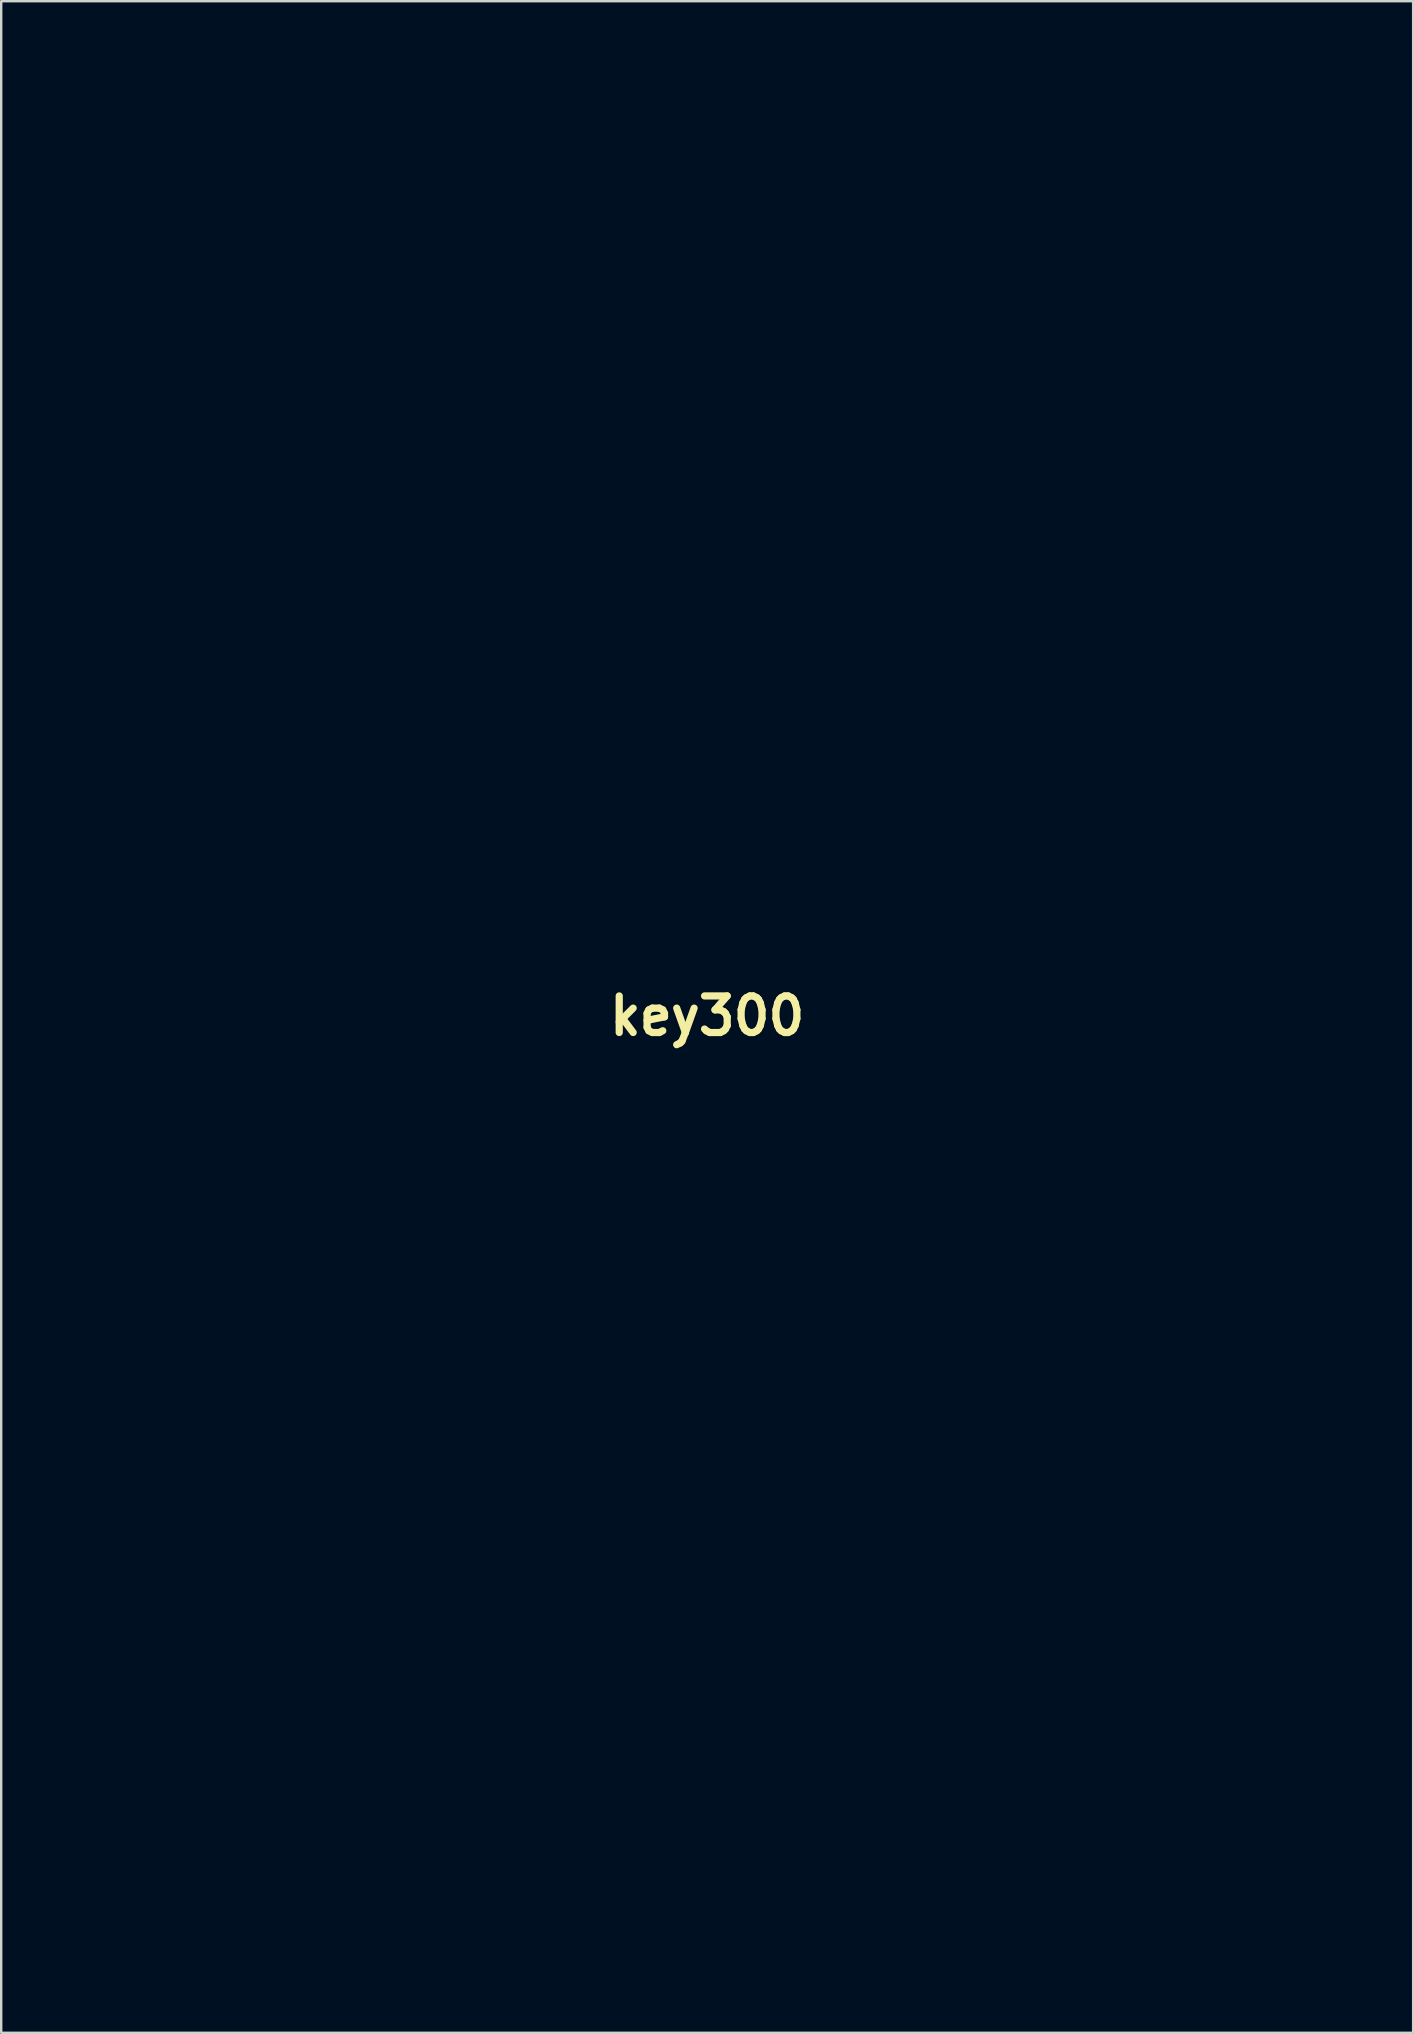
<source format=kicad_pcb>
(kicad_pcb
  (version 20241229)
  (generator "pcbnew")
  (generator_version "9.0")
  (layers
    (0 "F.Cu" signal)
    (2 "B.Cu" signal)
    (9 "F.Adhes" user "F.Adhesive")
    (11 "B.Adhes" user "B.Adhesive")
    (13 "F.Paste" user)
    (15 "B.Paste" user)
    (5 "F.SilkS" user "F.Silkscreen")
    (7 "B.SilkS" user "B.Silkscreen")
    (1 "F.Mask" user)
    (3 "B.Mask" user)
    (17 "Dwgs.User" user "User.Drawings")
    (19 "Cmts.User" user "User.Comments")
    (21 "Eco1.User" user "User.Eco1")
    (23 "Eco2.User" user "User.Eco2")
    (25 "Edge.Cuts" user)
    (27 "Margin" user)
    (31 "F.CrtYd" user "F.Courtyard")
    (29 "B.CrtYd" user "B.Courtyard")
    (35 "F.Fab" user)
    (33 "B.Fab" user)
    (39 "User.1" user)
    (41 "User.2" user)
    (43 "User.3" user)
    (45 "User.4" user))
  (footprint "key300"
    (layer "F.Cu")
    (at 26.421 39.29)
    (property "Reference" "key300" (at 0 0 0) (layer "F.SilkS") (effects (font (size 1.524 1.524) (thickness 0.3))))
    (attr through_hole)
    (fp_poly (pts (xy -3.923 -0.974) (xy -3.85 -0.682) (xy -3.824 -0.517) (xy -3.854 -0.443) (xy -3.944 -0.424) (xy -4.022 -0.423) (xy -4.181 -0.454) (xy -4.233 -0.513) (xy -4.214 -0.643) (xy -4.165 -0.871) (xy -4.133 -1) (xy -4.033 -1.397) (xy -3.923 -0.974)) (stroke (width 0.01) (type solid)) (fill yes) (layer "F.Mask"))
    (fp_poly (pts (xy 6.152 -0.974) (xy 6.226 -0.682) (xy 6.251 -0.517) (xy 6.222 -0.443) (xy 6.131 -0.424) (xy 6.054 -0.423) (xy 5.895 -0.454) (xy 5.842 -0.513) (xy 5.861 -0.643) (xy 5.911 -0.871) (xy 5.942 -1) (xy 6.042 -1.397) (xy 6.152 -0.974)) (stroke (width 0.01) (type solid)) (fill yes) (layer "F.Mask"))
    (fp_poly (pts (xy -7.264 -7.891) (xy -7.131 -7.702) (xy -7.112 -7.564) (xy -7.187 -7.37) (xy -7.378 -7.234) (xy -7.572 -7.197) (xy -7.658 -7.241) (xy -7.698 -7.397) (xy -7.705 -7.578) (xy -7.695 -7.814) (xy -7.651 -7.925) (xy -7.55 -7.958) (xy -7.51 -7.959) (xy -7.264 -7.891)) (stroke (width 0.01) (type solid)) (fill yes) (layer "F.Mask"))
    (fp_poly (pts (xy -7.18 -1.457) (xy -7.045 -1.272) (xy -7.027 -1.143) (xy -7.098 -0.909) (xy -7.291 -0.779) (xy -7.425 -0.762) (xy -7.546 -0.781) (xy -7.603 -0.866) (xy -7.62 -1.064) (xy -7.62 -1.143) (xy -7.61 -1.379) (xy -7.567 -1.491) (xy -7.465 -1.523) (xy -7.425 -1.524) (xy -7.18 -1.457)) (stroke (width 0.01) (type solid)) (fill yes) (layer "F.Mask"))
    (fp_poly (pts (xy -2.263 -11.115) (xy -2.107 -10.96) (xy -2.074 -10.755) (xy -2.082 -10.723) (xy -2.13 -10.577) (xy -2.191 -10.508) (xy -2.325 -10.469) (xy -2.44 -10.447) (xy -2.709 -10.393) (xy -2.709 -10.784) (xy -2.701 -11.024) (xy -2.66 -11.139) (xy -2.563 -11.174) (xy -2.504 -11.176) (xy -2.263 -11.115)) (stroke (width 0.01) (type solid)) (fill yes) (layer "F.Mask"))
    (fp_poly (pts (xy -0.57 -7.898) (xy -0.414 -7.743) (xy -0.381 -7.537) (xy -0.389 -7.505) (xy -0.436 -7.36) (xy -0.497 -7.291) (xy -0.632 -7.252) (xy -0.747 -7.229) (xy -1.016 -7.176) (xy -1.016 -7.567) (xy -1.008 -7.807) (xy -0.966 -7.922) (xy -0.869 -7.957) (xy -0.81 -7.959) (xy -0.57 -7.898)) (stroke (width 0.01) (type solid)) (fill yes) (layer "F.Mask"))
    (fp_poly (pts (xy 1.076 -10.765) (xy 1.126 -10.604) (xy 1.183 -10.374) (xy 1.231 -10.223) (xy 1.242 -10.12) (xy 1.14 -10.08) (xy 1.019 -10.075) (xy 0.836 -10.093) (xy 0.784 -10.163) (xy 0.795 -10.223) (xy 0.848 -10.419) (xy 0.894 -10.604) (xy 0.954 -10.773) (xy 1.015 -10.837) (xy 1.076 -10.765)) (stroke (width 0.01) (type solid)) (fill yes) (layer "F.Mask"))
    (fp_poly (pts (xy -5.611 -4.711) (xy -5.476 -4.558) (xy -5.396 -4.265) (xy -5.376 -3.947) (xy -5.407 -3.564) (xy -5.492 -3.291) (xy -5.619 -3.144) (xy -5.775 -3.138) (xy -5.929 -3.262) (xy -6.035 -3.484) (xy -6.08 -3.783) (xy -6.07 -4.108) (xy -6.008 -4.407) (xy -5.899 -4.629) (xy -5.794 -4.713) (xy -5.611 -4.711)) (stroke (width 0.01) (type solid)) (fill yes) (layer "F.Mask"))
    (fp_poly (pts (xy -3.918 -24.015) (xy -3.783 -23.862) (xy -3.703 -23.569) (xy -3.683 -23.251) (xy -3.714 -22.868) (xy -3.799 -22.595) (xy -3.926 -22.448) (xy -4.082 -22.442) (xy -4.236 -22.566) (xy -4.342 -22.788) (xy -4.387 -23.087) (xy -4.376 -23.412) (xy -4.314 -23.711) (xy -4.206 -23.933) (xy -4.101 -24.017) (xy -3.918 -24.015)) (stroke (width 0.01) (type solid)) (fill yes) (layer "F.Mask"))
    (fp_poly (pts (xy -8.936 -7.881) (xy -8.81 -7.671) (xy -8.734 -7.367) (xy -8.721 -7.154) (xy -8.757 -6.805) (xy -8.853 -6.543) (xy -8.991 -6.388) (xy -9.152 -6.362) (xy -9.314 -6.477) (xy -9.372 -6.632) (xy -9.409 -6.901) (xy -9.419 -7.154) (xy -9.39 -7.572) (xy -9.303 -7.837) (xy -9.154 -7.952) (xy -9.096 -7.959) (xy -8.936 -7.881)) (stroke (width 0.01) (type solid)) (fill yes) (layer "F.Mask"))
    (fp_poly (pts (xy 9.525 -33.654) (xy 9.657 -33.49) (xy 9.726 -33.17) (xy 9.737 -32.914) (xy 9.708 -32.483) (xy 9.621 -32.211) (xy 9.478 -32.097) (xy 9.278 -32.142) (xy 9.241 -32.164) (xy 9.156 -32.299) (xy 9.096 -32.548) (xy 9.067 -32.858) (xy 9.076 -33.174) (xy 9.094 -33.306) (xy 9.193 -33.561) (xy 9.331 -33.661) (xy 9.525 -33.654)) (stroke (width 0.01) (type solid)) (fill yes) (layer "F.Mask"))
    (fp_poly (pts (xy 26.416 39.37) (xy -26.416 39.37) (xy -26.416 38.142) (xy -4.403 38.142) (xy -4.353 38.226) (xy -4.183 38.264) (xy -4.022 38.269) (xy -3.771 38.253) (xy -3.656 38.196) (xy -3.641 38.142) (xy -3.691 38.059) (xy -3.86 38.02) (xy -4.022 38.015) (xy -4.273 38.032) (xy -4.387 38.088) (xy -4.403 38.142) (xy -26.416 38.142) (xy -26.416 37.253) (xy -5.842 37.253) (xy -5.828 37.52) (xy -5.781 37.65) (xy -5.715 37.677) (xy -5.635 37.631) (xy -5.596 37.474) (xy -5.588 37.253) (xy -5.591 37.194) (xy -2.54 37.194) (xy -2.54 37.197) (xy -2.525 37.476) (xy -2.469 37.624) (xy -2.355 37.675) (xy -2.314 37.677) (xy -2.24 37.612) (xy -2.205 37.405) (xy -2.201 37.253) (xy -2.21 36.999) (xy -2.248 36.873) (xy -2.332 36.832) (xy -2.371 36.83) (xy -2.478 36.856) (xy -2.528 36.963) (xy -2.54 37.194) (xy -5.591 37.194) (xy -5.602 36.987) (xy -5.649 36.857) (xy -5.715 36.83) (xy -5.795 36.875) (xy -5.834 37.032) (xy -5.842 37.253) (xy -26.416 37.253) (xy -26.416 33.669) (xy -9.803 33.669) (xy -9.756 33.768) (xy -9.655 33.992) (xy -9.51 34.312) (xy -9.337 34.698) (xy -9.264 34.861) (xy -9.048 35.332) (xy -8.882 35.661) (xy -8.755 35.867) (xy -8.658 35.967) (xy -8.609 35.983) (xy -8.5 35.944) (xy -8.502 35.912) (xy 0.351 35.912) (xy 0.371 35.963) (xy 0.431 35.969) (xy 0.441 35.968) (xy 0.529 35.925) (xy 0.63 35.809) (xy 0.757 35.599) (xy 0.922 35.274) (xy 1.137 34.813) (xy 1.156 34.771) (xy 1.358 34.324) (xy 1.494 34.008) (xy 1.572 33.802) (xy 1.597 33.684) (xy 1.576 33.633) (xy 1.517 33.627) (xy 1.506 33.628) (xy 1.418 33.671) (xy 1.317 33.787) (xy 1.19 33.997) (xy 1.026 34.322) (xy 0.811 34.783) (xy 0.791 34.825) (xy 0.59 35.272) (xy 0.453 35.588) (xy 0.376 35.794) (xy 0.351 35.912) (xy -8.502 35.912) (xy -8.509 35.813) (xy -8.564 35.673) (xy -8.674 35.415) (xy -8.814 35.094) (xy -8.128 35.094) (xy -8.098 35.156) (xy -7.99 35.195) (xy -7.774 35.215) (xy -7.421 35.221) (xy -7.366 35.221) (xy -6.994 35.216) (xy -6.763 35.198) (xy -6.642 35.162) (xy -6.612 35.115) (xy -6.498 35.115) (xy -6.471 35.168) (xy -6.333 35.201) (xy -6.063 35.218) (xy -5.764 35.221) (xy -5.392 35.217) (xy -5.16 35.199) (xy -5.038 35.165) (xy -5.002 35.115) (xy -4.805 35.115) (xy -4.778 35.168) (xy -4.64 35.201) (xy -4.37 35.218) (xy -4.071 35.221) (xy -3.699 35.217) (xy -3.467 35.199) (xy -3.344 35.165) (xy -3.303 35.107) (xy -3.302 35.094) (xy -3.133 35.094) (xy -3.103 35.156) (xy -2.995 35.195) (xy -2.779 35.215) (xy -2.426 35.221) (xy -2.371 35.221) (xy -1.999 35.216) (xy -1.767 35.198) (xy -1.647 35.162) (xy -1.609 35.104) (xy -1.609 35.094) (xy -1.439 35.094) (xy -1.41 35.156) (xy -1.301 35.195) (xy -1.085 35.215) (xy -0.733 35.221) (xy -0.677 35.221) (xy -0.306 35.216) (xy -0.074 35.198) (xy 0.046 35.162) (xy 0.084 35.104) (xy 0.085 35.094) (xy 0.055 35.032) (xy -0.053 34.994) (xy -0.269 34.974) (xy -0.622 34.967) (xy -0.677 34.967) (xy -1.049 34.972) (xy -1.281 34.99) (xy -1.401 35.026) (xy -1.439 35.085) (xy -1.439 35.094) (xy -1.609 35.094) (xy -1.638 35.032) (xy -1.747 34.994) (xy -1.963 34.974) (xy -2.315 34.967) (xy -2.371 34.967) (xy -2.742 34.972) (xy -2.974 34.99) (xy -3.094 35.026) (xy -3.132 35.085) (xy -3.133 35.094) (xy -3.302 35.094) (xy -3.302 35.091) (xy -3.327 35.028) (xy -3.424 34.992) (xy -3.622 34.978) (xy -3.953 34.983) (xy -4.036 34.985) (xy -4.457 35.011) (xy -4.712 35.056) (xy -4.805 35.115) (xy -5.002 35.115) (xy -4.996 35.107) (xy -4.995 35.091) (xy -5.021 35.028) (xy -5.117 34.992) (xy -5.315 34.978) (xy -5.646 34.983) (xy -5.729 34.985) (xy -6.15 35.011) (xy -6.406 35.056) (xy -6.498 35.115) (xy -6.612 35.115) (xy -6.604 35.104) (xy -6.604 35.094) (xy -6.634 35.032) (xy -6.742 34.994) (xy -6.958 34.974) (xy -7.311 34.967) (xy -7.366 34.967) (xy -7.738 34.972) (xy -7.969 34.99) (xy -8.09 35.026) (xy -8.128 35.085) (xy -8.128 35.094) (xy -8.814 35.094) (xy -8.823 35.074) (xy -8.997 34.687) (xy -9.014 34.649) (xy -9.083 34.502) (xy -8.128 34.502) (xy -8.098 34.564) (xy -7.99 34.602) (xy -7.774 34.622) (xy -7.421 34.629) (xy -7.366 34.629) (xy -6.994 34.624) (xy -6.763 34.606) (xy -6.642 34.57) (xy -6.612 34.523) (xy -6.498 34.523) (xy -6.471 34.576) (xy -6.333 34.609) (xy -6.063 34.625) (xy -5.764 34.629) (xy -5.392 34.624) (xy -5.16 34.607) (xy -5.038 34.572) (xy -5.002 34.523) (xy -4.805 34.523) (xy -4.778 34.576) (xy -4.64 34.609) (xy -4.37 34.625) (xy -4.071 34.629) (xy -3.699 34.624) (xy -3.467 34.607) (xy -3.344 34.572) (xy -3.303 34.515) (xy -3.302 34.502) (xy -3.133 34.502) (xy -3.103 34.564) (xy -2.995 34.602) (xy -2.779 34.622) (xy -2.426 34.629) (xy -2.371 34.629) (xy -1.999 34.624) (xy -1.767 34.606) (xy -1.647 34.57) (xy -1.609 34.511) (xy -1.609 34.502) (xy -1.439 34.502) (xy -1.41 34.564) (xy -1.301 34.602) (xy -1.085 34.622) (xy -0.733 34.629) (xy -0.677 34.629) (xy -0.306 34.624) (xy -0.074 34.606) (xy 0.046 34.57) (xy 0.084 34.511) (xy 0.085 34.502) (xy 0.055 34.44) (xy -0.053 34.401) (xy -0.269 34.381) (xy -0.622 34.375) (xy -0.677 34.375) (xy -1.049 34.38) (xy -1.281 34.398) (xy -1.401 34.434) (xy -1.439 34.492) (xy -1.439 34.502) (xy -1.609 34.502) (xy -1.638 34.44) (xy -1.747 34.401) (xy -1.963 34.381) (xy -2.315 34.375) (xy -2.371 34.375) (xy -2.742 34.38) (xy -2.974 34.398) (xy -3.094 34.434) (xy -3.132 34.492) (xy -3.133 34.502) (xy -3.302 34.502) (xy -3.302 34.498) (xy -3.327 34.435) (xy -3.424 34.399) (xy -3.622 34.385) (xy -3.953 34.39) (xy -4.036 34.393) (xy -4.457 34.419) (xy -4.712 34.463) (xy -4.805 34.523) (xy -5.002 34.523) (xy -4.996 34.515) (xy -4.995 34.498) (xy -5.021 34.435) (xy -5.117 34.399) (xy -5.315 34.385) (xy -5.646 34.39) (xy -5.729 34.393) (xy -6.15 34.419) (xy -6.406 34.463) (xy -6.498 34.523) (xy -6.612 34.523) (xy -6.604 34.511) (xy -6.604 34.502) (xy -6.634 34.44) (xy -6.742 34.401) (xy -6.958 34.381) (xy -7.311 34.375) (xy -7.366 34.375) (xy -7.738 34.38) (xy -7.969 34.398) (xy -8.09 34.434) (xy -8.128 34.492) (xy -8.128 34.502) (xy -9.083 34.502) (xy -9.215 34.219) (xy -9.368 33.925) (xy -9.487 33.742) (xy -9.587 33.65) (xy -9.653 33.627) (xy -9.783 33.63) (xy -9.803 33.669) (xy -26.416 33.669) (xy -26.416 30.457) (xy -11.419 30.457) (xy -11.4 30.565) (xy -11.329 30.759) (xy -11.199 31.063) (xy -11.003 31.496) (xy -10.998 31.507) (xy -10.786 31.974) (xy -10.633 32.309) (xy -10.524 32.534) (xy -10.448 32.67) (xy -10.391 32.74) (xy -10.34 32.765) (xy -10.282 32.767) (xy -10.245 32.766) (xy -10.191 32.748) (xy -10.18 32.694) (xy 2.044 32.694) (xy 2.064 32.746) (xy 2.124 32.752) (xy 2.134 32.75) (xy 2.222 32.708) (xy 2.323 32.592) (xy 2.45 32.381) (xy 2.615 32.056) (xy 2.83 31.596) (xy 2.849 31.554) (xy 3.051 31.107) (xy 3.187 30.791) (xy 3.265 30.585) (xy 3.29 30.467) (xy 3.27 30.416) (xy 3.21 30.41) (xy 3.2 30.411) (xy 3.112 30.453) (xy 3.011 30.57) (xy 2.884 30.78) (xy 2.719 31.105) (xy 2.504 31.565) (xy 2.485 31.607) (xy 2.283 32.055) (xy 2.147 32.371) (xy 2.069 32.577) (xy 2.044 32.694) (xy -10.18 32.694) (xy -10.178 32.682) (xy -10.212 32.544) (xy -10.3 32.313) (xy -10.45 31.969) (xy -10.491 31.877) (xy -9.821 31.877) (xy -9.792 31.939) (xy -9.683 31.978) (xy -9.467 31.998) (xy -9.115 32.004) (xy -9.059 32.004) (xy -8.688 31.999) (xy -8.456 31.981) (xy -8.336 31.945) (xy -8.298 31.886) (xy -8.297 31.877) (xy -8.128 31.877) (xy -8.098 31.939) (xy -7.99 31.978) (xy -7.774 31.998) (xy -7.421 32.004) (xy -7.366 32.004) (xy -6.994 31.999) (xy -6.763 31.981) (xy -6.642 31.945) (xy -6.612 31.898) (xy -6.498 31.898) (xy -6.471 31.951) (xy -6.333 31.984) (xy -6.063 32.001) (xy -5.764 32.004) (xy -5.392 31.999) (xy -5.16 31.982) (xy -5.038 31.947) (xy -5.002 31.898) (xy -4.805 31.898) (xy -4.778 31.951) (xy -4.64 31.984) (xy -4.37 32.001) (xy -4.071 32.004) (xy -3.699 31.999) (xy -3.467 31.982) (xy -3.344 31.947) (xy -3.303 31.89) (xy -3.302 31.877) (xy -3.133 31.877) (xy -3.103 31.939) (xy -2.995 31.978) (xy -2.779 31.998) (xy -2.426 32.004) (xy -2.371 32.004) (xy -1.999 31.999) (xy -1.767 31.981) (xy -1.647 31.945) (xy -1.609 31.886) (xy -1.609 31.877) (xy -1.439 31.877) (xy -1.41 31.939) (xy -1.301 31.978) (xy -1.085 31.998) (xy -0.733 32.004) (xy -0.677 32.004) (xy -0.306 31.999) (xy -0.074 31.981) (xy 0.046 31.945) (xy 0.084 31.886) (xy 0.085 31.877) (xy 0.254 31.877) (xy 0.284 31.939) (xy 0.392 31.978) (xy 0.608 31.998) (xy 0.961 32.004) (xy 1.016 32.004) (xy 1.388 31.999) (xy 1.619 31.981) (xy 1.74 31.945) (xy 1.778 31.886) (xy 1.778 31.877) (xy 1.748 31.815) (xy 1.64 31.776) (xy 1.424 31.756) (xy 1.071 31.75) (xy 1.016 31.75) (xy 0.644 31.755) (xy 0.413 31.773) (xy 0.292 31.809) (xy 0.254 31.868) (xy 0.254 31.877) (xy 0.085 31.877) (xy 0.055 31.815) (xy -0.053 31.776) (xy -0.269 31.756) (xy -0.622 31.75) (xy -0.677 31.75) (xy -1.049 31.755) (xy -1.281 31.773) (xy -1.401 31.809) (xy -1.439 31.868) (xy -1.439 31.877) (xy -1.609 31.877) (xy -1.638 31.815) (xy -1.747 31.776) (xy -1.963 31.756) (xy -2.315 31.75) (xy -2.371 31.75) (xy -2.742 31.755) (xy -2.974 31.773) (xy -3.094 31.809) (xy -3.132 31.868) (xy -3.133 31.877) (xy -3.302 31.877) (xy -3.302 31.874) (xy -3.327 31.811) (xy -3.424 31.774) (xy -3.622 31.761) (xy -3.953 31.765) (xy -4.036 31.768) (xy -4.457 31.794) (xy -4.712 31.839) (xy -4.805 31.898) (xy -5.002 31.898) (xy -4.996 31.89) (xy -4.995 31.874) (xy -5.021 31.811) (xy -5.117 31.774) (xy -5.315 31.761) (xy -5.646 31.765) (xy -5.729 31.768) (xy -6.15 31.794) (xy -6.406 31.839) (xy -6.498 31.898) (xy -6.612 31.898) (xy -6.604 31.886) (xy -6.604 31.877) (xy -6.634 31.815) (xy -6.742 31.776) (xy -6.958 31.756) (xy -7.311 31.75) (xy -7.366 31.75) (xy -7.738 31.755) (xy -7.969 31.773) (xy -8.09 31.809) (xy -8.128 31.868) (xy -8.128 31.877) (xy -8.297 31.877) (xy -8.327 31.815) (xy -8.435 31.776) (xy -8.651 31.756) (xy -9.004 31.75) (xy -9.059 31.75) (xy -9.431 31.755) (xy -9.663 31.773) (xy -9.783 31.809) (xy -9.821 31.868) (xy -9.821 31.877) (xy -10.491 31.877) (xy -10.615 31.602) (xy -10.763 31.284) (xy -9.821 31.284) (xy -9.792 31.346) (xy -9.683 31.385) (xy -9.467 31.405) (xy -9.115 31.411) (xy -9.059 31.411) (xy -8.688 31.406) (xy -8.456 31.388) (xy -8.336 31.352) (xy -8.298 31.294) (xy -8.297 31.284) (xy -8.128 31.284) (xy -8.098 31.346) (xy -7.99 31.385) (xy -7.774 31.405) (xy -7.421 31.411) (xy -7.366 31.411) (xy -6.994 31.406) (xy -6.763 31.388) (xy -6.642 31.352) (xy -6.612 31.305) (xy -6.498 31.305) (xy -6.471 31.358) (xy -6.333 31.391) (xy -6.063 31.408) (xy -5.764 31.411) (xy -5.392 31.407) (xy -5.16 31.389) (xy -5.038 31.355) (xy -5.002 31.305) (xy -4.805 31.305) (xy -4.778 31.358) (xy -4.64 31.391) (xy -4.37 31.408) (xy -4.071 31.411) (xy -3.699 31.407) (xy -3.467 31.389) (xy -3.344 31.355) (xy -3.303 31.297) (xy -3.302 31.284) (xy -3.133 31.284) (xy -3.103 31.346) (xy -2.995 31.385) (xy -2.779 31.405) (xy -2.426 31.411) (xy -2.371 31.411) (xy -1.999 31.406) (xy -1.767 31.388) (xy -1.647 31.352) (xy -1.609 31.294) (xy -1.609 31.284) (xy -1.439 31.284) (xy -1.41 31.346) (xy -1.301 31.385) (xy -1.085 31.405) (xy -0.733 31.411) (xy -0.677 31.411) (xy -0.306 31.406) (xy -0.074 31.388) (xy 0.046 31.352) (xy 0.084 31.294) (xy 0.085 31.284) (xy 0.254 31.284) (xy 0.284 31.346) (xy 0.392 31.385) (xy 0.608 31.405) (xy 0.961 31.411) (xy 1.016 31.411) (xy 1.388 31.406) (xy 1.619 31.388) (xy 1.74 31.352) (xy 1.778 31.294) (xy 1.778 31.284) (xy 1.748 31.222) (xy 1.64 31.184) (xy 1.424 31.164) (xy 1.071 31.157) (xy 1.016 31.157) (xy 0.644 31.162) (xy 0.413 31.18) (xy 0.292 31.216) (xy 0.254 31.275) (xy 0.254 31.284) (xy 0.085 31.284) (xy 0.055 31.222) (xy -0.053 31.184) (xy -0.269 31.164) (xy -0.622 31.157) (xy -0.677 31.157) (xy -1.049 31.162) (xy -1.281 31.18) (xy -1.401 31.216) (xy -1.439 31.275) (xy -1.439 31.284) (xy -1.609 31.284) (xy -1.638 31.222) (xy -1.747 31.184) (xy -1.963 31.164) (xy -2.315 31.157) (xy -2.371 31.157) (xy -2.742 31.162) (xy -2.974 31.18) (xy -3.094 31.216) (xy -3.132 31.275) (xy -3.133 31.284) (xy -3.302 31.284) (xy -3.302 31.281) (xy -3.327 31.218) (xy -3.424 31.182) (xy -3.622 31.168) (xy -3.953 31.173) (xy -4.036 31.175) (xy -4.457 31.201) (xy -4.712 31.246) (xy -4.805 31.305) (xy -5.002 31.305) (xy -4.996 31.297) (xy -4.995 31.281) (xy -5.021 31.218) (xy -5.117 31.182) (xy -5.315 31.168) (xy -5.646 31.173) (xy -5.729 31.175) (xy -6.15 31.201) (xy -6.406 31.246) (xy -6.498 31.305) (xy -6.612 31.305) (xy -6.604 31.294) (xy -6.604 31.284) (xy -6.634 31.222) (xy -6.742 31.184) (xy -6.958 31.164) (xy -7.311 31.157) (xy -7.366 31.157) (xy -7.738 31.162) (xy -7.969 31.18) (xy -8.09 31.216) (xy -8.128 31.275) (xy -8.128 31.284) (xy -8.297 31.284) (xy -8.327 31.222) (xy -8.435 31.184) (xy -8.651 31.164) (xy -9.004 31.157) (xy -9.059 31.157) (xy -9.431 31.162) (xy -9.663 31.18) (xy -9.783 31.216) (xy -9.821 31.275) (xy -9.821 31.284) (xy -10.763 31.284) (xy -10.834 31.131) (xy -11.002 30.797) (xy -11.132 30.58) (xy -11.234 30.458) (xy -11.323 30.412) (xy -11.327 30.411) (xy -11.392 30.413) (xy -11.419 30.457) (xy -26.416 30.457) (xy -26.416 29.561) (xy 3.637 29.561) (xy 3.817 29.534) (xy 3.912 29.485) (xy 4.022 29.353) (xy 4.159 29.116) (xy 4.337 28.753) (xy 4.448 28.513) (xy 4.665 28.031) (xy 4.819 27.681) (xy 4.914 27.443) (xy 4.959 27.295) (xy 4.958 27.216) (xy 4.919 27.184) (xy 4.852 27.178) (xy 4.75 27.228) (xy 4.629 27.391) (xy 4.474 27.686) (xy 4.367 27.919) (xy 4.194 28.308) (xy 4.02 28.699) (xy 3.875 29.025) (xy 3.838 29.11) (xy 3.637 29.561) (xy -26.416 29.561) (xy -26.416 27.239) (xy -13.112 27.239) (xy -13.093 27.347) (xy -13.022 27.542) (xy -12.892 27.845) (xy -12.697 28.279) (xy -12.692 28.29) (xy -12.48 28.757) (xy -12.326 29.092) (xy -12.217 29.316) (xy -12.141 29.453) (xy -12.084 29.522) (xy -12.033 29.547) (xy -11.975 29.549) (xy -11.938 29.549) (xy -11.884 29.531) (xy -11.871 29.464) (xy -11.905 29.326) (xy -11.994 29.096) (xy -12.143 28.752) (xy -12.309 28.384) (xy -12.528 27.914) (xy -12.696 27.58) (xy -12.825 27.362) (xy -12.928 27.241) (xy -13.016 27.194) (xy -13.02 27.194) (xy -13.086 27.195) (xy -13.112 27.239) (xy -26.416 27.239) (xy -26.416 25.315) (xy -14.309 25.315) (xy -14.308 25.84) (xy -14.303 26.218) (xy -14.292 26.475) (xy -14.272 26.633) (xy -14.24 26.717) (xy -14.193 26.75) (xy -14.139 26.755) (xy -14.078 26.747) (xy -14.033 26.709) (xy -14.003 26.616) (xy -13.984 26.445) (xy -13.974 26.172) (xy -13.971 25.774) (xy -13.97 25.315) (xy 5.927 25.315) (xy 5.929 25.849) (xy 5.936 26.235) (xy 5.95 26.496) (xy 5.973 26.655) (xy 6.008 26.734) (xy 6.054 26.755) (xy 6.101 26.733) (xy 6.135 26.652) (xy 6.158 26.491) (xy 6.172 26.226) (xy 6.179 25.836) (xy 6.181 25.315) (xy 6.179 24.782) (xy 6.172 24.396) (xy 6.157 24.134) (xy 6.134 23.975) (xy 6.1 23.897) (xy 6.054 23.876) (xy 6.007 23.898) (xy 5.973 23.978) (xy 5.949 24.14) (xy 5.935 24.405) (xy 5.928 24.795) (xy 5.927 25.315) (xy -13.97 25.315) (xy -13.971 24.791) (xy -13.975 24.412) (xy -13.986 24.155) (xy -14.006 23.997) (xy -14.039 23.914) (xy -14.085 23.881) (xy -14.139 23.876) (xy -14.201 23.884) (xy -14.246 23.922) (xy -14.276 24.015) (xy -14.294 24.186) (xy -14.304 24.459) (xy -14.308 24.857) (xy -14.309 25.315) (xy -26.416 25.315) (xy -26.416 23.516) (xy -6.583 23.516) (xy -6.557 23.565) (xy -6.426 23.598) (xy -6.17 23.616) (xy -5.767 23.622) (xy -5.715 23.622) (xy -5.296 23.617) (xy -5.025 23.6) (xy -4.882 23.57) (xy -4.846 23.522) (xy -4.846 23.519) (xy -3.197 23.519) (xy -3.178 23.569) (xy -3.064 23.598) (xy -2.832 23.61) (xy -2.459 23.607) (xy -2.358 23.604) (xy -1.957 23.585) (xy -1.67 23.555) (xy -1.52 23.517) (xy -1.503 23.495) (xy -1.593 23.45) (xy -1.807 23.421) (xy -2.1 23.407) (xy -2.427 23.408) (xy -2.744 23.424) (xy -3.006 23.452) (xy -3.168 23.494) (xy -3.197 23.519) (xy -4.846 23.519) (xy -4.847 23.516) (xy -4.928 23.462) (xy -5.138 23.428) (xy -5.493 23.412) (xy -5.715 23.41) (xy -6.144 23.418) (xy -6.42 23.444) (xy -6.56 23.488) (xy -6.583 23.516) (xy -26.416 23.516) (xy -26.416 20.798) (xy -16.476 20.798) (xy -16.466 20.899) (xy -16.403 21.079) (xy -16.282 21.361) (xy -16.096 21.766) (xy -16.028 21.913) (xy -15.862 22.272) (xy -15.717 22.591) (xy -15.612 22.829) (xy -15.572 22.924) (xy -15.442 23.08) (xy -15.322 23.114) (xy -15.195 23.089) (xy -15.178 23.05) (xy -15.223 22.954) (xy -15.323 22.733) (xy -15.466 22.415) (xy -15.639 22.03) (xy -15.712 21.866) (xy -15.929 21.395) (xy -16.095 21.065) (xy -16.222 20.859) (xy -16.279 20.8) (xy -9.803 20.8) (xy -9.756 20.899) (xy -9.655 21.123) (xy -9.51 21.442) (xy -9.337 21.828) (xy -9.264 21.992) (xy -9.048 22.462) (xy -8.882 22.792) (xy -8.755 22.998) (xy -8.658 23.098) (xy -8.609 23.113) (xy -8.5 23.075) (xy -8.509 22.943) (xy -8.564 22.804) (xy -8.674 22.546) (xy -8.823 22.205) (xy -8.997 21.817) (xy -9.014 21.779) (xy -9.215 21.35) (xy -9.368 21.055) (xy -9.487 20.873) (xy -9.567 20.8) (xy -8.109 20.8) (xy -8.063 20.899) (xy -7.961 21.123) (xy -7.817 21.442) (xy -7.644 21.828) (xy -7.571 21.992) (xy -7.355 22.462) (xy -7.188 22.792) (xy -7.062 22.998) (xy -6.965 23.098) (xy -6.916 23.113) (xy -6.806 23.075) (xy -6.812 22.998) (xy -1.318 22.998) (xy -1.318 23.077) (xy -1.278 23.108) (xy -1.212 23.113) (xy -1.129 23.071) (xy -1.107 23.042) (xy 0.351 23.042) (xy 0.371 23.094) (xy 0.431 23.1) (xy 0.441 23.098) (xy 0.529 23.056) (xy 0.543 23.04) (xy 7.041 23.04) (xy 7.087 23.1) (xy 7.177 23.114) (xy 7.261 23.08) (xy 7.361 22.965) (xy 7.488 22.749) (xy 7.656 22.412) (xy 7.83 22.035) (xy 8.01 21.635) (xy 8.166 21.287) (xy 8.285 21.021) (xy 8.351 20.868) (xy 8.359 20.849) (xy 8.327 20.762) (xy 8.235 20.743) (xy 8.153 20.776) (xy 8.055 20.888) (xy 7.93 21.099) (xy 7.766 21.43) (xy 7.57 21.855) (xy 7.39 22.256) (xy 7.234 22.604) (xy 7.116 22.868) (xy 7.05 23.019) (xy 7.041 23.04) (xy 0.543 23.04) (xy 0.63 22.94) (xy 0.757 22.729) (xy 0.922 22.404) (xy 1.137 21.944) (xy 1.156 21.902) (xy 1.358 21.455) (xy 1.494 21.139) (xy 1.572 20.933) (xy 1.597 20.815) (xy 1.576 20.764) (xy 1.517 20.758) (xy 1.506 20.759) (xy 1.418 20.801) (xy 1.317 20.918) (xy 1.19 21.128) (xy 1.026 21.453) (xy 0.811 21.913) (xy 0.791 21.955) (xy 0.59 22.403) (xy 0.453 22.719) (xy 0.376 22.925) (xy 0.351 23.042) (xy -1.107 23.042) (xy -1.022 22.933) (xy -0.881 22.681) (xy -0.697 22.299) (xy -0.557 21.992) (xy -0.376 21.588) (xy -0.219 21.239) (xy -0.099 20.973) (xy -0.029 20.822) (xy -0.019 20.8) (xy -0.057 20.755) (xy -0.162 20.757) (xy -0.258 20.806) (xy -0.369 20.938) (xy -0.507 21.175) (xy -0.687 21.537) (xy -0.802 21.784) (xy -1.022 22.264) (xy -1.177 22.613) (xy -1.273 22.85) (xy -1.318 22.998) (xy -6.812 22.998) (xy -6.816 22.943) (xy -6.871 22.804) (xy -6.98 22.546) (xy -7.13 22.205) (xy -7.304 21.817) (xy -7.321 21.779) (xy -7.521 21.35) (xy -7.674 21.055) (xy -7.794 20.873) (xy -7.894 20.781) (xy -7.959 20.757) (xy -8.09 20.761) (xy -8.109 20.8) (xy -9.567 20.8) (xy -9.587 20.781) (xy -9.653 20.757) (xy -9.783 20.761) (xy -9.803 20.8) (xy -16.279 20.8) (xy -16.318 20.76) (xy -16.368 20.744) (xy -16.442 20.753) (xy -16.476 20.798) (xy -26.416 20.798) (xy -26.416 18.881) (xy -17.611 18.881) (xy -17.609 19.414) (xy -17.602 19.8) (xy -17.587 20.062) (xy -17.564 20.221) (xy -17.53 20.299) (xy -17.484 20.32) (xy -17.437 20.298) (xy -17.403 20.218) (xy -17.379 20.056) (xy -17.365 19.791) (xy -17.358 19.401) (xy -17.357 18.881) (xy -10.922 18.881) (xy -10.921 19.405) (xy -10.917 19.784) (xy -10.906 20.041) (xy -10.886 20.199) (xy -10.853 20.282) (xy -10.807 20.315) (xy -10.753 20.32) (xy -10.691 20.312) (xy -10.646 20.274) (xy -10.616 20.181) (xy -10.598 20.01) (xy -10.588 19.737) (xy -10.584 19.339) (xy -10.583 18.881) (xy -9.229 18.881) (xy -9.227 19.414) (xy -9.22 19.8) (xy -9.205 20.062) (xy -9.182 20.221) (xy -9.148 20.299) (xy -9.102 20.32) (xy -9.055 20.298) (xy -9.021 20.218) (xy -8.997 20.056) (xy -8.983 19.791) (xy -8.976 19.401) (xy -8.975 18.881) (xy 0.847 18.881) (xy 0.848 19.405) (xy 0.852 19.784) (xy 0.863 20.041) (xy 0.883 20.199) (xy 0.915 20.282) (xy 0.962 20.315) (xy 1.016 20.32) (xy 1.078 20.312) (xy 1.122 20.274) (xy 1.152 20.181) (xy 1.171 20.01) (xy 1.181 19.737) (xy 1.185 19.339) (xy 1.185 18.881) (xy 2.54 18.881) (xy 2.541 19.405) (xy 2.545 19.784) (xy 2.556 20.041) (xy 2.576 20.199) (xy 2.609 20.282) (xy 2.655 20.315) (xy 2.709 20.32) (xy 2.771 20.312) (xy 2.816 20.274) (xy 2.846 20.181) (xy 2.864 20.01) (xy 2.874 19.737) (xy 2.878 19.339) (xy 2.879 18.881) (xy 9.229 18.881) (xy 9.23 19.405) (xy 9.234 19.784) (xy 9.245 20.041) (xy 9.265 20.199) (xy 9.297 20.282) (xy 9.344 20.315) (xy 9.398 20.32) (xy 9.46 20.312) (xy 9.504 20.274) (xy 9.534 20.181) (xy 9.553 20.01) (xy 9.563 19.737) (xy 9.567 19.339) (xy 9.567 18.881) (xy 9.566 18.356) (xy 9.562 17.978) (xy 9.551 17.721) (xy 9.531 17.563) (xy 9.499 17.479) (xy 9.452 17.446) (xy 9.398 17.441) (xy 9.336 17.449) (xy 9.292 17.487) (xy 9.262 17.58) (xy 9.243 17.751) (xy 9.233 18.024) (xy 9.229 18.422) (xy 9.229 18.881) (xy 2.879 18.881) (xy 2.878 18.356) (xy 2.873 17.978) (xy 2.862 17.721) (xy 2.842 17.563) (xy 2.81 17.479) (xy 2.763 17.446) (xy 2.709 17.441) (xy 2.648 17.449) (xy 2.603 17.487) (xy 2.573 17.58) (xy 2.554 17.751) (xy 2.544 18.024) (xy 2.541 18.422) (xy 2.54 18.881) (xy 1.185 18.881) (xy 1.184 18.356) (xy 1.18 17.978) (xy 1.169 17.721) (xy 1.149 17.563) (xy 1.117 17.479) (xy 1.07 17.446) (xy 1.016 17.441) (xy 0.954 17.449) (xy 0.91 17.487) (xy 0.88 17.58) (xy 0.861 17.751) (xy 0.851 18.024) (xy 0.847 18.422) (xy 0.847 18.881) (xy -8.975 18.881) (xy -8.977 18.347) (xy -8.984 17.961) (xy -8.998 17.7) (xy -9.021 17.541) (xy -9.056 17.462) (xy -9.102 17.441) (xy -9.149 17.463) (xy -9.183 17.544) (xy -9.206 17.705) (xy -9.22 17.97) (xy -9.227 18.36) (xy -9.229 18.881) (xy -10.583 18.881) (xy -10.584 18.356) (xy -10.589 17.978) (xy -10.6 17.721) (xy -10.62 17.563) (xy -10.652 17.479) (xy -10.699 17.446) (xy -10.753 17.441) (xy -10.814 17.449) (xy -10.859 17.487) (xy -10.889 17.58) (xy -10.908 17.751) (xy -10.918 18.024) (xy -10.921 18.422) (xy -10.922 18.881) (xy -17.357 18.881) (xy -17.359 18.347) (xy -17.366 17.961) (xy -17.38 17.7) (xy -17.403 17.541) (xy -17.438 17.462) (xy -17.484 17.441) (xy -17.531 17.463) (xy -17.565 17.544) (xy -17.588 17.705) (xy -17.602 17.97) (xy -17.609 18.36) (xy -17.611 18.881) (xy -26.416 18.881) (xy -26.416 16.692) (xy -9.825 16.692) (xy -9.645 16.664) (xy -9.55 16.616) (xy -9.44 16.484) (xy -9.303 16.247) (xy -9.125 15.884) (xy -9.014 15.643) (xy -8.797 15.161) (xy -8.643 14.812) (xy -8.548 14.574) (xy -8.503 14.426) (xy -8.504 14.346) (xy -8.543 14.314) (xy -8.61 14.309) (xy -8.712 14.359) (xy -8.833 14.522) (xy -8.988 14.816) (xy -9.095 15.05) (xy -9.268 15.438) (xy -9.442 15.829) (xy -9.587 16.156) (xy -9.624 16.241) (xy -9.825 16.692) (xy -8.131 16.692) (xy -7.951 16.664) (xy -7.856 16.616) (xy -7.747 16.484) (xy -7.609 16.247) (xy -7.432 15.884) (xy -7.321 15.643) (xy -7.103 15.161) (xy -6.95 14.812) (xy -6.854 14.574) (xy -6.81 14.426) (xy -6.811 14.363) (xy -1.321 14.363) (xy -1.311 14.464) (xy -1.248 14.644) (xy -1.127 14.926) (xy -0.941 15.332) (xy -0.873 15.478) (xy -0.707 15.838) (xy -0.562 16.157) (xy -0.457 16.394) (xy -0.417 16.489) (xy -0.286 16.645) (xy -0.166 16.679) (xy -0.04 16.655) (xy -0.023 16.616) (xy -0.068 16.52) (xy -0.168 16.298) (xy -0.311 15.98) (xy -0.484 15.596) (xy -0.557 15.431) (xy -0.773 14.96) (xy -0.94 14.631) (xy -1.066 14.425) (xy -1.119 14.37) (xy 0.35 14.37) (xy 0.369 14.478) (xy 0.44 14.673) (xy 0.57 14.976) (xy 0.765 15.41) (xy 0.77 15.421) (xy 0.982 15.887) (xy 1.136 16.222) (xy 1.245 16.447) (xy 1.321 16.583) (xy 1.378 16.653) (xy 1.429 16.678) (xy 1.487 16.68) (xy 1.524 16.679) (xy 1.578 16.662) (xy 1.591 16.595) (xy 1.583 16.563) (xy 8.757 16.563) (xy 8.758 16.642) (xy 8.797 16.673) (xy 8.863 16.679) (xy 8.947 16.636) (xy 9.054 16.498) (xy 9.194 16.247) (xy 9.378 15.865) (xy 9.518 15.557) (xy 9.699 15.153) (xy 9.856 14.804) (xy 9.976 14.539) (xy 10.046 14.387) (xy 10.057 14.365) (xy 10.019 14.321) (xy 9.913 14.323) (xy 9.817 14.372) (xy 9.707 14.504) (xy 9.568 14.74) (xy 9.388 15.102) (xy 9.273 15.349) (xy 9.053 15.83) (xy 8.898 16.178) (xy 8.802 16.415) (xy 8.757 16.563) (xy 1.583 16.563) (xy 1.557 16.457) (xy 1.468 16.227) (xy 1.319 15.882) (xy 1.153 15.515) (xy 0.934 15.045) (xy 0.766 14.711) (xy 0.637 14.493) (xy 0.534 14.371) (xy 0.446 14.325) (xy 0.442 14.324) (xy 0.376 14.326) (xy 0.35 14.37) (xy -1.119 14.37) (xy -1.163 14.325) (xy -1.212 14.309) (xy -1.286 14.319) (xy -1.321 14.363) (xy -6.811 14.363) (xy -6.811 14.346) (xy -6.85 14.314) (xy -6.917 14.309) (xy -7.018 14.359) (xy -7.14 14.522) (xy -7.294 14.816) (xy -7.401 15.05) (xy -7.574 15.438) (xy -7.748 15.829) (xy -7.893 16.156) (xy -7.931 16.241) (xy -8.131 16.692) (xy -9.825 16.692) (xy -26.416 16.692) (xy -26.416 14.415) (xy -19.872 14.415) (xy -19.823 14.527) (xy -19.718 14.763) (xy -19.572 15.09) (xy -19.398 15.478) (xy -19.343 15.6) (xy -19.137 16.048) (xy -18.98 16.359) (xy -18.861 16.554) (xy -18.766 16.654) (xy -18.691 16.679) (xy -18.57 16.638) (xy -18.565 16.573) (xy -18.613 16.461) (xy -18.718 16.226) (xy -18.864 15.899) (xy -19.038 15.511) (xy -19.094 15.388) (xy -19.302 14.939) (xy -19.46 14.627) (xy -19.581 14.432) (xy -19.677 14.333) (xy -19.749 14.309) (xy -19.868 14.35) (xy -19.872 14.415) (xy -26.416 14.415) (xy -26.416 13.865) (xy -6.583 13.865) (xy -6.562 13.897) (xy -6.465 13.921) (xy -6.277 13.938) (xy -5.983 13.95) (xy -5.569 13.955) (xy -5.02 13.956) (xy -4.321 13.952) (xy -4.071 13.95) (xy -3.273 13.94) (xy -2.619 13.926) (xy -2.115 13.908) (xy -1.766 13.887) (xy -1.579 13.862) (xy -1.545 13.843) (xy -1.633 13.815) (xy -1.865 13.792) (xy -2.215 13.774) (xy -2.657 13.762) (xy -3.166 13.754) (xy -3.717 13.752) (xy -4.283 13.754) (xy -4.839 13.76) (xy -5.36 13.771) (xy -5.82 13.787) (xy -6.193 13.807) (xy -6.454 13.831) (xy -6.577 13.859) (xy -6.583 13.865) (xy -26.416 13.865) (xy -26.416 11.148) (xy -21.571 11.148) (xy -21.525 11.247) (xy -21.423 11.471) (xy -21.279 11.79) (xy -21.106 12.176) (xy -21.033 12.34) (xy -20.817 12.81) (xy -20.65 13.14) (xy -20.524 13.346) (xy -20.427 13.446) (xy -20.378 13.461) (xy -20.268 13.423) (xy -20.274 13.346) (xy 10.451 13.346) (xy 10.451 13.425) (xy 10.49 13.456) (xy 10.556 13.461) (xy 10.64 13.419) (xy 10.747 13.281) (xy 10.887 13.029) (xy 11.072 12.647) (xy 11.212 12.34) (xy 11.392 11.936) (xy 11.549 11.587) (xy 11.67 11.321) (xy 11.739 11.17) (xy 11.75 11.148) (xy 11.712 11.103) (xy 11.606 11.105) (xy 11.51 11.154) (xy 11.4 11.286) (xy 11.261 11.523) (xy 11.082 11.885) (xy 10.967 12.132) (xy 10.747 12.612) (xy 10.592 12.961) (xy 10.495 13.198) (xy 10.451 13.346) (xy -20.274 13.346) (xy -20.278 13.291) (xy -20.333 13.152) (xy -20.442 12.894) (xy -20.592 12.553) (xy -20.766 12.165) (xy -20.783 12.127) (xy -20.983 11.698) (xy -21.136 11.403) (xy -21.256 11.221) (xy -21.356 11.129) (xy -21.421 11.105) (xy -21.552 11.109) (xy -21.571 11.148) (xy -26.416 11.148) (xy -26.416 9.229) (xy -22.691 9.229) (xy -22.689 9.762) (xy -22.682 10.148) (xy -22.667 10.41) (xy -22.644 10.569) (xy -22.61 10.647) (xy -22.564 10.668) (xy -22.517 10.646) (xy -22.507 10.624) (xy -11.599 10.624) (xy -11.58 10.668) (xy -11.507 10.701) (xy -11.361 10.725) (xy -11.12 10.74) (xy -10.763 10.748) (xy -10.271 10.752) (xy -9.899 10.753) (xy -9.298 10.75) (xy -8.849 10.743) (xy -8.536 10.729) (xy -8.341 10.708) (xy -8.247 10.678) (xy -8.234 10.647) (xy -8.294 10.607) (xy -8.455 10.576) (xy -8.734 10.552) (xy -9.145 10.534) (xy -9.704 10.522) (xy -9.934 10.518) (xy -10.511 10.512) (xy -10.94 10.511) (xy -11.241 10.518) (xy -11.437 10.534) (xy -11.547 10.559) (xy -11.593 10.596) (xy -11.599 10.624) (xy -22.507 10.624) (xy -22.483 10.566) (xy -22.459 10.404) (xy -22.445 10.139) (xy -22.438 9.749) (xy -22.437 9.229) (xy -7.535 9.229) (xy -7.533 9.762) (xy -7.526 10.148) (xy -7.512 10.41) (xy -7.489 10.569) (xy -7.454 10.647) (xy -7.408 10.668) (xy -7.361 10.646) (xy -7.327 10.566) (xy -7.304 10.404) (xy -7.29 10.139) (xy -7.283 9.749) (xy -7.281 9.229) (xy -4.149 9.229) (xy -4.147 9.762) (xy -4.14 10.148) (xy -4.125 10.41) (xy -4.102 10.569) (xy -4.068 10.647) (xy -4.022 10.668) (xy -3.975 10.646) (xy -3.965 10.623) (xy 0.169 10.623) (xy 0.195 10.683) (xy 0.292 10.722) (xy 0.487 10.743) (xy 0.809 10.752) (xy 1.023 10.753) (xy 1.429 10.747) (xy 1.687 10.729) (xy 1.817 10.696) (xy 1.842 10.647) (xy 1.748 10.588) (xy 1.505 10.547) (xy 1.104 10.521) (xy 0.988 10.517) (xy 0.604 10.509) (xy 0.36 10.517) (xy 0.226 10.543) (xy 0.174 10.591) (xy 0.169 10.623) (xy -3.965 10.623) (xy -3.941 10.566) (xy -3.917 10.404) (xy -3.903 10.139) (xy -3.896 9.749) (xy -3.895 9.229) (xy -3.897 8.695) (xy -3.904 8.309) (xy -3.918 8.048) (xy -3.941 7.889) (xy -3.96 7.846) (xy 2.337 7.846) (xy 2.381 7.978) (xy 2.458 8.149) (xy 2.589 8.614) (xy 2.621 9.059) (xy 2.569 9.617) (xy 2.458 9.97) (xy 2.362 10.188) (xy 2.337 10.293) (xy 2.385 10.327) (xy 2.464 10.329) (xy 2.616 10.259) (xy 2.764 10.038) (xy 2.796 9.97) (xy 2.903 9.629) (xy 2.952 9.241) (xy 2.952 9.229) (xy 12.615 9.229) (xy 12.616 9.753) (xy 12.621 10.132) (xy 12.632 10.389) (xy 12.652 10.547) (xy 12.684 10.63) (xy 12.731 10.663) (xy 12.785 10.668) (xy 12.846 10.66) (xy 12.891 10.622) (xy 12.921 10.529) (xy 12.94 10.358) (xy 12.95 10.085) (xy 12.953 9.687) (xy 12.954 9.229) (xy 12.953 8.704) (xy 12.949 8.326) (xy 12.938 8.069) (xy 12.918 7.911) (xy 12.885 7.827) (xy 12.839 7.794) (xy 12.785 7.789) (xy 12.723 7.797) (xy 12.678 7.835) (xy 12.648 7.928) (xy 12.63 8.099) (xy 12.62 8.372) (xy 12.616 8.77) (xy 12.615 9.229) (xy 2.952 9.229) (xy 2.947 8.839) (xy 2.895 8.459) (xy 2.799 8.135) (xy 2.666 7.901) (xy 2.501 7.793) (xy 2.464 7.789) (xy 2.364 7.797) (xy 2.337 7.846) (xy -3.96 7.846) (xy -3.976 7.81) (xy -4.022 7.789) (xy -4.069 7.811) (xy -4.103 7.892) (xy -4.126 8.053) (xy -4.14 8.318) (xy -4.147 8.708) (xy -4.149 9.229) (xy -7.281 9.229) (xy -7.283 8.695) (xy -7.29 8.309) (xy -7.305 8.048) (xy -7.328 7.889) (xy -7.362 7.81) (xy -7.408 7.789) (xy -7.455 7.811) (xy -7.489 7.892) (xy -7.513 8.053) (xy -7.527 8.318) (xy -7.534 8.708) (xy -7.535 9.229) (xy -22.437 9.229) (xy -22.439 8.695) (xy -22.446 8.309) (xy -22.46 8.048) (xy -22.483 7.889) (xy -22.518 7.81) (xy -22.564 7.789) (xy -22.611 7.811) (xy -22.645 7.892) (xy -22.668 8.053) (xy -22.682 8.318) (xy -22.689 8.708) (xy -22.691 9.229) (xy -26.416 9.229) (xy -26.416 6.011) (xy -22.691 6.011) (xy -22.689 6.545) (xy -22.682 6.931) (xy -22.667 7.192) (xy -22.644 7.351) (xy -22.61 7.43) (xy -22.564 7.451) (xy -22.517 7.429) (xy -22.508 7.409) (xy -9.965 7.409) (xy -9.949 7.45) (xy -9.846 7.493) (xy -9.628 7.522) (xy -9.337 7.537) (xy -9.014 7.539) (xy -8.702 7.527) (xy -8.44 7.503) (xy -8.273 7.467) (xy -8.234 7.429) (xy -8.336 7.367) (xy -8.598 7.324) (xy -9.017 7.299) (xy -9.465 7.291) (xy -9.762 7.305) (xy -9.923 7.344) (xy -9.965 7.409) (xy -22.508 7.409) (xy -22.483 7.348) (xy -22.459 7.187) (xy -22.445 6.922) (xy -22.438 6.532) (xy -22.437 6.011) (xy -7.535 6.011) (xy -7.533 6.545) (xy -7.526 6.931) (xy -7.512 7.192) (xy -7.489 7.351) (xy -7.454 7.43) (xy -7.408 7.451) (xy -7.361 7.429) (xy -7.327 7.348) (xy -7.304 7.187) (xy -7.29 6.922) (xy -7.283 6.532) (xy -7.281 6.011) (xy -4.149 6.011) (xy -4.147 6.545) (xy -4.14 6.931) (xy -4.125 7.192) (xy -4.102 7.351) (xy -4.068 7.43) (xy -4.022 7.451) (xy -3.975 7.429) (xy -3.941 7.348) (xy -3.917 7.187) (xy -3.903 6.922) (xy -3.896 6.532) (xy -3.895 6.011) (xy -0.847 6.011) (xy -0.846 6.536) (xy -0.841 6.914) (xy -0.83 7.171) (xy -0.81 7.329) (xy -0.778 7.413) (xy -0.731 7.446) (xy -0.677 7.451) (xy -0.616 7.443) (xy -0.572 7.405) (xy 0.169 7.405) (xy 0.195 7.465) (xy 0.292 7.504) (xy 0.487 7.526) (xy 0.809 7.534) (xy 1.023 7.535) (xy 1.429 7.53) (xy 1.687 7.512) (xy 1.817 7.479) (xy 1.842 7.429) (xy 1.748 7.371) (xy 1.505 7.329) (xy 1.104 7.303) (xy 0.988 7.299) (xy 0.604 7.292) (xy 0.36 7.299) (xy 0.226 7.325) (xy 0.174 7.374) (xy 0.169 7.405) (xy -0.572 7.405) (xy -0.571 7.405) (xy -0.541 7.312) (xy -0.522 7.141) (xy -0.512 6.868) (xy -0.509 6.47) (xy -0.508 6.011) (xy 12.615 6.011) (xy 12.616 6.536) (xy 12.621 6.914) (xy 12.632 7.171) (xy 12.652 7.329) (xy 12.684 7.413) (xy 12.731 7.446) (xy 12.785 7.451) (xy 12.846 7.443) (xy 12.891 7.405) (xy 12.921 7.312) (xy 12.94 7.141) (xy 12.95 6.868) (xy 12.953 6.47) (xy 12.954 6.011) (xy 12.953 5.487) (xy 12.949 5.108) (xy 12.938 4.851) (xy 12.918 4.693) (xy 12.885 4.61) (xy 12.839 4.577) (xy 12.785 4.572) (xy 12.723 4.58) (xy 12.678 4.618) (xy 12.648 4.711) (xy 12.63 4.882) (xy 12.62 5.155) (xy 12.616 5.553) (xy 12.615 6.011) (xy -0.508 6.011) (xy -0.509 5.487) (xy -0.513 5.108) (xy -0.524 4.851) (xy -0.544 4.693) (xy -0.577 4.61) (xy -0.623 4.577) (xy -0.677 4.572) (xy -0.739 4.58) (xy -0.784 4.618) (xy -0.814 4.711) (xy -0.832 4.882) (xy -0.842 5.155) (xy -0.846 5.553) (xy -0.847 6.011) (xy -3.895 6.011) (xy -3.897 5.478) (xy -3.904 5.092) (xy -3.918 4.83) (xy -3.941 4.671) (xy -3.976 4.593) (xy -4.022 4.572) (xy -4.069 4.594) (xy -4.103 4.674) (xy -4.126 4.836) (xy -4.14 5.101) (xy -4.147 5.491) (xy -4.149 6.011) (xy -7.281 6.011) (xy -7.283 5.478) (xy -7.29 5.092) (xy -7.305 4.83) (xy -7.328 4.671) (xy -7.362 4.593) (xy -7.408 4.572) (xy -7.455 4.594) (xy -7.489 4.674) (xy -7.513 4.836) (xy -7.527 5.101) (xy -7.534 5.491) (xy -7.535 6.011) (xy -22.437 6.011) (xy -22.439 5.478) (xy -22.446 5.092) (xy -22.46 4.83) (xy -22.483 4.671) (xy -22.518 4.593) (xy -22.564 4.572) (xy -22.611 4.594) (xy -22.645 4.674) (xy -22.668 4.836) (xy -22.682 5.101) (xy -22.689 5.491) (xy -22.691 6.011) (xy -26.416 6.011) (xy -26.416 2.794) (xy -22.691 2.794) (xy -22.689 3.327) (xy -22.682 3.714) (xy -22.667 3.975) (xy -22.644 4.134) (xy -22.61 4.213) (xy -22.564 4.233) (xy -22.517 4.211) (xy -22.507 4.189) (xy -11.599 4.189) (xy -11.58 4.233) (xy -11.507 4.267) (xy -11.361 4.29) (xy -11.12 4.305) (xy -10.763 4.314) (xy -10.271 4.317) (xy -9.899 4.318) (xy -9.298 4.316) (xy -8.849 4.308) (xy -8.536 4.294) (xy -8.341 4.273) (xy -8.247 4.243) (xy -8.234 4.212) (xy -8.266 4.191) (xy 0.169 4.191) (xy 0.19 4.235) (xy 0.266 4.267) (xy 0.418 4.29) (xy 0.666 4.305) (xy 1.032 4.314) (xy 1.535 4.318) (xy 1.87 4.318) (xy 2.471 4.316) (xy 2.919 4.308) (xy 3.233 4.294) (xy 3.428 4.273) (xy 3.522 4.243) (xy 3.535 4.212) (xy 3.475 4.173) (xy 3.315 4.142) (xy 3.037 4.118) (xy 2.628 4.101) (xy 2.071 4.089) (xy 1.834 4.085) (xy 1.257 4.08) (xy 0.827 4.08) (xy 0.525 4.087) (xy 0.329 4.104) (xy 0.219 4.13) (xy 0.174 4.167) (xy 0.169 4.191) (xy -8.266 4.191) (xy -8.294 4.173) (xy -8.455 4.141) (xy -8.734 4.118) (xy -9.145 4.1) (xy -9.704 4.087) (xy -9.934 4.083) (xy -10.511 4.077) (xy -10.94 4.076) (xy -11.241 4.083) (xy -11.437 4.099) (xy -11.547 4.125) (xy -11.593 4.162) (xy -11.599 4.189) (xy -22.507 4.189) (xy -22.483 4.131) (xy -22.459 3.969) (xy -22.445 3.705) (xy -22.438 3.315) (xy -22.437 2.794) (xy 12.615 2.794) (xy 12.616 3.318) (xy 12.621 3.697) (xy 12.632 3.954) (xy 12.652 4.112) (xy 12.684 4.196) (xy 12.731 4.228) (xy 12.785 4.233) (xy 12.846 4.226) (xy 12.891 4.187) (xy 12.921 4.094) (xy 12.94 3.923) (xy 12.95 3.651) (xy 12.953 3.252) (xy 12.954 2.794) (xy 12.953 2.27) (xy 12.949 1.891) (xy 12.938 1.634) (xy 12.918 1.476) (xy 12.885 1.392) (xy 12.839 1.36) (xy 12.785 1.355) (xy 12.723 1.362) (xy 12.678 1.401) (xy 12.648 1.494) (xy 12.63 1.665) (xy 12.62 1.937) (xy 12.616 2.336) (xy 12.615 2.794) (xy -22.437 2.794) (xy -22.439 2.261) (xy -22.446 1.874) (xy -22.46 1.613) (xy -22.483 1.454) (xy -22.518 1.375) (xy -22.564 1.355) (xy -22.611 1.377) (xy -22.645 1.457) (xy -22.668 1.619) (xy -22.682 1.883) (xy -22.689 2.273) (xy -22.691 2.794) (xy -26.416 2.794) (xy -26.416 0.641) (xy 0.706 0.641) (xy 0.726 0.742) (xy 0.822 0.762) (xy 0.981 0.682) (xy 1.127 0.463) (xy 1.243 0.175) (xy 1.255 0.002) (xy 1.159 -0.076) (xy 1.068 -0.085) (xy 0.923 -0.052) (xy 0.842 0.076) (xy 0.809 0.218) (xy 0.758 0.455) (xy 0.71 0.63) (xy 0.706 0.641) (xy -26.416 0.641) (xy -26.416 0.605) (xy -21.593 0.605) (xy -21.413 0.578) (xy -21.318 0.529) (xy -21.209 0.397) (xy -21.071 0.16) (xy -20.894 -0.203) (xy -20.783 -0.443) (xy -20.565 -0.925) (xy -20.412 -1.275) (xy -20.316 -1.513) (xy -20.275 -1.651) (xy -16.595 -1.651) (xy -16.53 -1.557) (xy -16.325 -1.524) (xy -16.298 -1.524) (xy -16.002 -1.524) (xy -16.002 -0.593) (xy -16 -0.185) (xy -15.991 0.082) (xy -15.968 0.239) (xy -15.928 0.314) (xy -15.865 0.338) (xy -15.833 0.339) (xy -15.759 0.328) (xy -15.71 0.276) (xy -15.681 0.154) (xy -15.668 -0.067) (xy -15.664 -0.417) (xy -15.663 -0.593) (xy -15.663 -1.524) (xy -15.33 -1.524) (xy -15.175 -1.521) (xy -15.066 -1.496) (xy -14.991 -1.421) (xy -14.936 -1.268) (xy -14.888 -1.012) (xy -14.834 -0.626) (xy -14.81 -0.44) (xy -14.759 -0.072) (xy -14.715 0.157) (xy -14.667 0.279) (xy -14.604 0.323) (xy -14.529 0.322) (xy -14.405 0.261) (xy -14.318 0.097) (xy -14.267 -0.099) (xy -14.192 -0.397) (xy -14.129 -0.529) (xy -14.074 -0.499) (xy -14.023 -0.308) (xy -14.018 -0.279) (xy -13.954 0.042) (xy -13.893 0.23) (xy -13.817 0.317) (xy -13.71 0.339) (xy -13.575 0.311) (xy -13.545 0.275) (xy -13.532 0.169) (xy -13.499 -0.065) (xy -13.451 -0.386) (xy -13.42 -0.593) (xy -13.35 -1.061) (xy -13.31 -1.388) (xy -13.301 -1.597) (xy -13.311 -1.651) (xy -13.039 -1.651) (xy -12.965 -1.549) (xy -12.827 -1.524) (xy -12.729 -1.518) (xy -12.667 -1.481) (xy -12.633 -1.379) (xy -12.619 -1.181) (xy -12.615 -0.856) (xy -12.615 -0.72) (xy -12.617 -0.347) (xy -12.627 -0.112) (xy -12.654 0.017) (xy -12.706 0.072) (xy -12.791 0.084) (xy -12.827 0.085) (xy -12.997 0.129) (xy -13.039 0.212) (xy -13.004 0.281) (xy -12.878 0.32) (xy -12.632 0.337) (xy -12.446 0.339) (xy -12.124 0.331) (xy -11.94 0.304) (xy -11.862 0.251) (xy -11.853 0.212) (xy -11.927 0.11) (xy -12.065 0.085) (xy -12.163 0.079) (xy -12.225 0.041) (xy -12.259 -0.061) (xy -12.273 -0.258) (xy -12.277 -0.584) (xy -12.277 -0.72) (xy -12.275 -1.092) (xy -12.265 -1.327) (xy -12.238 -1.456) (xy -12.186 -1.511) (xy -12.101 -1.524) (xy -12.065 -1.524) (xy -11.895 -1.568) (xy -11.853 -1.651) (xy -11.888 -1.72) (xy -12.014 -1.759) (xy -12.26 -1.776) (xy -12.446 -1.778) (xy -11.43 -1.778) (xy -11.43 -0.72) (xy -11.428 -0.28) (xy -11.421 0.017) (xy -11.403 0.2) (xy -11.37 0.296) (xy -11.318 0.333) (xy -11.261 0.339) (xy -11.179 0.325) (xy -11.129 0.264) (xy -11.102 0.122) (xy -11.091 -0.134) (xy -11.088 -0.402) (xy -11.085 -1.143) (xy -10.804 -0.423) (xy -10.663 -0.077) (xy -10.556 0.141) (xy -10.461 0.26) (xy -10.358 0.313) (xy -10.299 0.323) (xy -10.075 0.35) (xy -10.075 -0.714) (xy -10.077 -1.155) (xy -10.084 -1.453) (xy -10.102 -1.638) (xy -10.135 -1.735) (xy -10.186 -1.772) (xy -10.245 -1.778) (xy -8.043 -1.778) (xy -8.043 0.339) (xy -7.832 0.339) (xy -7.706 0.325) (xy -7.643 0.255) (xy -7.622 0.085) (xy -7.62 -0.085) (xy -7.62 -0.508) (xy -7.294 -0.508) (xy -6.97 -0.57) (xy -6.763 -0.755) (xy -6.675 -1.06) (xy -6.672 -1.143) (xy -6.712 -1.443) (xy -6.846 -1.638) (xy -7.096 -1.744) (xy -7.484 -1.778) (xy -7.506 -1.778) (xy -6.35 -1.778) (xy -6.35 0.339) (xy -5.673 0.339) (xy -5.325 0.333) (xy -5.117 0.311) (xy -5.017 0.268) (xy -4.995 0.212) (xy -5.011 0.182) (xy -4.812 0.182) (xy -4.805 0.298) (xy -4.715 0.336) (xy -4.655 0.339) (xy -4.511 0.28) (xy -4.432 0.085) (xy -4.432 0.085) (xy -4.381 -0.081) (xy -4.28 -0.153) (xy -4.071 -0.169) (xy -4.049 -0.169) (xy -3.824 -0.153) (xy -3.704 -0.077) (xy -3.628 0.085) (xy -3.507 0.285) (xy -3.378 0.339) (xy -3.245 0.326) (xy -3.217 0.31) (xy -3.24 0.223) (xy -3.301 0.005) (xy -3.392 -0.311) (xy -3.504 -0.693) (xy -3.512 -0.72) (xy -3.048 -0.72) (xy -3.046 -0.28) (xy -3.039 0.017) (xy -3.02 0.201) (xy -2.987 0.297) (xy -2.935 0.334) (xy -2.883 0.339) (xy -2.783 0.312) (xy -2.727 0.207) (xy -2.698 -0.017) (xy -2.693 -0.099) (xy -2.662 -0.353) (xy -2.61 -0.525) (xy -2.573 -0.568) (xy -2.485 -0.517) (xy -2.346 -0.354) (xy -2.196 -0.13) (xy -2.007 0.15) (xy -1.855 0.297) (xy -1.718 0.339) (xy -1.567 0.321) (xy -1.524 0.292) (xy -1.568 0.203) (xy -1.644 0.078) (xy -1.355 0.078) (xy -1.328 0.206) (xy -1.226 0.282) (xy -1.015 0.32) (xy -0.726 0.332) (xy -0.36 0.298) (xy -0.155 0.199) (xy -0.036 -0.006) (xy -0.000416 -0.279) (xy -0.048 -0.544) (xy -0.148 -0.699) (xy -0.333 -0.813) (xy -0.577 -0.904) (xy -0.586 -0.907) (xy -0.855 -1.019) (xy -0.987 -1.172) (xy -0.966 -1.347) (xy -0.931 -1.397) (xy -0.743 -1.496) (xy -0.457 -1.476) (xy -0.225 -1.397) (xy -0.113 -1.375) (xy -0.091 -1.471) (xy -0.098 -1.533) (xy -0.13 -1.636) (xy 3.533 -1.636) (xy 3.55 -1.439) (xy 3.594 -1.112) (xy 3.61 -0.999) (xy 3.682 -0.499) (xy 3.737 -0.142) (xy 3.782 0.096) (xy 3.823 0.238) (xy 3.866 0.31) (xy 3.919 0.336) (xy 3.976 0.339) (xy 4.074 0.302) (xy 4.153 0.172) (xy 4.229 -0.084) (xy 4.254 -0.191) (xy 4.375 -0.72) (xy 4.49 -0.191) (xy 4.563 0.103) (xy 4.632 0.264) (xy 4.717 0.33) (xy 4.786 0.339) (xy 4.871 0.324) (xy 4.932 0.261) (xy 4.958 0.182) (xy 5.263 0.182) (xy 5.27 0.298) (xy 5.36 0.336) (xy 5.421 0.339) (xy 5.564 0.28) (xy 5.643 0.085) (xy 5.643 0.085) (xy 5.694 -0.081) (xy 5.795 -0.153) (xy 6.004 -0.169) (xy 6.026 -0.169) (xy 6.251 -0.153) (xy 6.372 -0.077) (xy 6.447 0.085) (xy 6.568 0.285) (xy 6.697 0.339) (xy 6.83 0.326) (xy 6.858 0.31) (xy 6.835 0.223) (xy 6.774 0.005) (xy 6.683 -0.311) (xy 6.571 -0.693) (xy 6.562 -0.726) (xy 6.449 -1.111) (xy 6.356 -1.432) (xy 6.292 -1.657) (xy 6.274 -1.724) (xy 10.448 -1.724) (xy 10.458 -1.623) (xy 10.521 -1.442) (xy 10.642 -1.161) (xy 10.828 -0.755) (xy 10.896 -0.608) (xy 11.062 -0.249) (xy 11.207 0.07) (xy 11.312 0.307) (xy 11.352 0.402) (xy 11.482 0.559) (xy 11.602 0.593) (xy 11.729 0.568) (xy 11.746 0.529) (xy 11.701 0.433) (xy 11.601 0.211) (xy 11.457 -0.106) (xy 11.285 -0.491) (xy 11.212 -0.656) (xy 10.995 -1.126) (xy 10.829 -1.456) (xy 10.702 -1.662) (xy 10.606 -1.762) (xy 10.556 -1.777) (xy 10.482 -1.768) (xy 10.448 -1.724) (xy 6.274 -1.724) (xy 6.265 -1.754) (xy 6.265 -1.755) (xy 6.193 -1.773) (xy 6.059 -1.778) (xy 5.956 -1.763) (xy 5.875 -1.697) (xy 5.799 -1.55) (xy 5.709 -1.291) (xy 5.631 -1.037) (xy 5.522 -0.675) (xy 5.422 -0.347) (xy 5.348 -0.107) (xy 5.33 -0.051) (xy 5.263 0.182) (xy 4.958 0.182) (xy 4.979 0.119) (xy 5.025 -0.133) (xy 5.073 -0.487) (xy 5.124 -0.87) (xy 5.173 -1.213) (xy 5.211 -1.466) (xy 5.225 -1.545) (xy 5.237 -1.715) (xy 5.16 -1.774) (xy 5.101 -1.778) (xy 4.958 -1.698) (xy 4.866 -1.466) (xy 4.827 -1.093) (xy 4.826 -1.012) (xy 4.806 -0.778) (xy 4.768 -0.626) (xy 4.722 -0.575) (xy 4.67 -0.67) (xy 4.62 -0.852) (xy 4.542 -1.098) (xy 4.446 -1.21) (xy 4.362 -1.228) (xy 4.257 -1.195) (xy 4.181 -1.074) (xy 4.115 -0.828) (xy 4.102 -0.762) (xy 4.009 -0.296) (xy 3.931 -1.016) (xy 3.888 -1.369) (xy 3.846 -1.587) (xy 3.792 -1.704) (xy 3.716 -1.753) (xy 3.675 -1.761) (xy 3.593 -1.767) (xy 3.547 -1.735) (xy 3.533 -1.636) (xy -0.13 -1.636) (xy -0.137 -1.657) (xy -0.238 -1.724) (xy -0.449 -1.755) (xy -0.539 -1.762) (xy -0.826 -1.761) (xy -1.019 -1.702) (xy -1.153 -1.599) (xy -1.314 -1.358) (xy -1.344 -1.093) (xy -1.242 -0.86) (xy -1.204 -0.821) (xy -1.027 -0.707) (xy -0.777 -0.596) (xy -0.717 -0.576) (xy -0.489 -0.477) (xy -0.381 -0.352) (xy -0.354 -0.236) (xy -0.367 -0.056) (xy -0.49 0.032) (xy -0.551 0.05) (xy -0.803 0.058) (xy -0.984 0.011) (xy -1.208 -0.072) (xy -1.322 -0.055) (xy -1.355 0.069) (xy -1.355 0.078) (xy -1.644 0.078) (xy -1.683 0.015) (xy -1.844 -0.232) (xy -1.848 -0.237) (xy -2.02 -0.495) (xy -2.157 -0.704) (xy -2.229 -0.817) (xy -2.205 -0.924) (xy -2.087 -1.112) (xy -1.9 -1.342) (xy -1.897 -1.346) (xy -1.697 -1.573) (xy -1.6 -1.702) (xy -1.596 -1.761) (xy -1.674 -1.777) (xy -1.72 -1.778) (xy -1.908 -1.718) (xy -2.145 -1.528) (xy -2.32 -1.346) (xy -2.709 -0.913) (xy -2.709 -1.346) (xy -2.718 -1.603) (xy -2.754 -1.732) (xy -2.835 -1.776) (xy -2.879 -1.778) (xy -2.949 -1.768) (xy -2.997 -1.721) (xy -3.026 -1.609) (xy -3.041 -1.404) (xy -3.047 -1.079) (xy -3.048 -0.72) (xy -3.512 -0.72) (xy -3.514 -0.726) (xy -3.627 -1.111) (xy -3.72 -1.432) (xy -3.784 -1.657) (xy -3.81 -1.754) (xy -3.81 -1.755) (xy -3.883 -1.773) (xy -4.017 -1.778) (xy -4.119 -1.763) (xy -4.2 -1.697) (xy -4.277 -1.55) (xy -4.367 -1.291) (xy -4.444 -1.037) (xy -4.553 -0.675) (xy -4.653 -0.347) (xy -4.727 -0.107) (xy -4.746 -0.051) (xy -4.812 0.182) (xy -5.011 0.182) (xy -5.034 0.138) (xy -5.173 0.098) (xy -5.442 0.085) (xy -5.503 0.085) (xy -6.011 0.085) (xy -6.011 -0.677) (xy -5.546 -0.677) (xy -5.265 -0.689) (xy -5.12 -0.729) (xy -5.08 -0.804) (xy -5.122 -0.881) (xy -5.269 -0.92) (xy -5.546 -0.931) (xy -6.011 -0.931) (xy -6.011 -1.524) (xy -5.546 -1.524) (xy -5.265 -1.535) (xy -5.12 -1.575) (xy -5.08 -1.651) (xy -5.113 -1.718) (xy -5.233 -1.757) (xy -5.471 -1.775) (xy -5.715 -1.778) (xy -6.35 -1.778) (xy -7.506 -1.778) (xy -8.043 -1.778) (xy -10.245 -1.778) (xy -10.326 -1.765) (xy -10.377 -1.703) (xy -10.404 -1.561) (xy -10.415 -1.305) (xy -10.418 -1.037) (xy -10.422 -0.296) (xy -10.723 -1.037) (xy -10.871 -1.388) (xy -10.982 -1.609) (xy -11.076 -1.728) (xy -11.171 -1.773) (xy -11.227 -1.778) (xy -11.43 -1.778) (xy -12.446 -1.778) (xy -12.768 -1.771) (xy -12.952 -1.744) (xy -13.03 -1.691) (xy -13.039 -1.651) (xy -13.311 -1.651) (xy -13.323 -1.716) (xy -13.377 -1.768) (xy -13.452 -1.778) (xy -13.531 -1.758) (xy -13.586 -1.677) (xy -13.626 -1.503) (xy -13.662 -1.205) (xy -13.678 -1.037) (xy -13.744 -0.296) (xy -13.849 -0.747) (xy -13.916 -1.006) (xy -13.974 -1.19) (xy -14.001 -1.245) (xy -14.118 -1.27) (xy -14.242 -1.167) (xy -14.337 -0.97) (xy -14.356 -0.893) (xy -14.414 -0.668) (xy -14.472 -0.609) (xy -14.526 -0.714) (xy -14.576 -0.982) (xy -14.599 -1.185) (xy -14.658 -1.778) (xy -15.626 -1.778) (xy -16.052 -1.775) (xy -16.336 -1.762) (xy -16.503 -1.737) (xy -16.58 -1.696) (xy -16.595 -1.651) (xy -20.275 -1.651) (xy -20.272 -1.661) (xy -20.273 -1.74) (xy -20.312 -1.772) (xy -20.379 -1.778) (xy -20.48 -1.728) (xy -20.602 -1.565) (xy -20.756 -1.27) (xy -20.863 -1.037) (xy -21.036 -0.648) (xy -21.21 -0.257) (xy -21.355 0.069) (xy -21.393 0.154) (xy -21.593 0.605) (xy -26.416 0.605) (xy -26.416 -2.219) (xy 22.033 -2.219) (xy 22.053 -2.17) (xy 22.167 -2.14) (xy 22.399 -2.128) (xy 22.771 -2.132) (xy 22.873 -2.135) (xy 23.274 -2.154) (xy 23.561 -2.183) (xy 23.711 -2.221) (xy 23.728 -2.244) (xy 23.638 -2.289) (xy 23.424 -2.318) (xy 23.131 -2.331) (xy 22.804 -2.33) (xy 22.487 -2.315) (xy 22.225 -2.286) (xy 22.063 -2.245) (xy 22.033 -2.219) (xy -26.416 -2.219) (xy -26.416 -2.699) (xy -19.883 -2.699) (xy -19.837 -2.639) (xy -19.747 -2.625) (xy -19.663 -2.658) (xy -19.563 -2.773) (xy -19.436 -2.989) (xy -19.268 -3.326) (xy -19.094 -3.704) (xy -18.989 -3.937) (xy -8.043 -3.937) (xy -8.042 -3.498) (xy -8.034 -3.2) (xy -8.016 -3.017) (xy -7.983 -2.921) (xy -7.931 -2.884) (xy -7.874 -2.879) (xy -7.779 -2.897) (xy -7.728 -2.979) (xy -7.708 -3.162) (xy -7.705 -3.387) (xy -7.705 -3.895) (xy -7.027 -3.895) (xy -7.027 -3.387) (xy -7.021 -3.103) (xy -6.994 -2.95) (xy -6.933 -2.888) (xy -6.858 -2.879) (xy -6.788 -2.888) (xy -6.74 -2.936) (xy -6.711 -3.048) (xy -6.695 -3.253) (xy -6.69 -3.578) (xy -6.689 -3.828) (xy -6.427 -3.828) (xy -6.373 -3.44) (xy -6.249 -3.119) (xy -6.232 -3.092) (xy -6.037 -2.933) (xy -5.765 -2.87) (xy -5.481 -2.907) (xy -5.258 -3.039) (xy -5.114 -3.284) (xy -5.032 -3.629) (xy -5.013 -4.019) (xy -5.058 -4.397) (xy -5.165 -4.706) (xy -5.255 -4.832) (xy -5.321 -4.868) (xy -4.826 -4.868) (xy -4.762 -4.774) (xy -4.557 -4.742) (xy -4.53 -4.741) (xy -4.233 -4.741) (xy -4.233 -2.879) (xy -3.81 -2.879) (xy -3.81 -4.741) (xy -3.514 -4.741) (xy -3.294 -4.769) (xy -3.218 -4.857) (xy -3.217 -4.868) (xy -3.246 -4.929) (xy -3.351 -4.967) (xy -3.562 -4.988) (xy -3.905 -4.995) (xy -4.022 -4.995) (xy -2.963 -4.995) (xy -2.963 -2.879) (xy -2.328 -2.879) (xy -1.993 -2.885) (xy -1.797 -2.909) (xy -1.708 -2.957) (xy -1.693 -3.006) (xy -1.735 -3.082) (xy -1.882 -3.122) (xy -2.159 -3.133) (xy -2.625 -3.133) (xy -2.625 -3.895) (xy -2.159 -3.895) (xy -1.878 -3.906) (xy -1.766 -3.937) (xy -1.27 -3.937) (xy -1.27 -2.879) (xy -0.593 -2.879) (xy -0.245 -2.885) (xy -0.037 -2.906) (xy 0.063 -2.949) (xy 0.085 -3.006) (xy 0.046 -3.079) (xy -0.093 -3.119) (xy -0.362 -3.132) (xy -0.423 -3.133) (xy -0.931 -3.133) (xy -0.931 -4.064) (xy -0.933 -4.472) (xy -0.943 -4.739) (xy -0.965 -4.896) (xy -0.989 -4.941) (xy 8.754 -4.941) (xy 8.765 -4.84) (xy 8.827 -4.66) (xy 8.948 -4.378) (xy 9.134 -3.972) (xy 9.202 -3.826) (xy 9.369 -3.466) (xy 9.514 -3.147) (xy 9.619 -2.91) (xy 9.659 -2.815) (xy 9.789 -2.659) (xy 9.909 -2.625) (xy 10.036 -2.649) (xy 10.052 -2.688) (xy 10.008 -2.784) (xy 9.907 -3.006) (xy 9.764 -3.324) (xy 9.592 -3.708) (xy 9.518 -3.873) (xy 9.302 -4.344) (xy 9.136 -4.673) (xy 9.009 -4.879) (xy 8.999 -4.889) (xy 20.514 -4.889) (xy 20.563 -4.777) (xy 20.668 -4.541) (xy 20.814 -4.214) (xy 20.988 -3.826) (xy 21.043 -3.704) (xy 21.249 -3.256) (xy 21.406 -2.945) (xy 21.525 -2.75) (xy 21.62 -2.65) (xy 21.695 -2.625) (xy 21.816 -2.666) (xy 21.821 -2.731) (xy 21.817 -2.741) (xy 23.913 -2.741) (xy 23.913 -2.662) (xy 23.952 -2.631) (xy 24.018 -2.625) (xy 24.102 -2.668) (xy 24.209 -2.806) (xy 24.349 -3.057) (xy 24.534 -3.439) (xy 24.674 -3.747) (xy 24.854 -4.151) (xy 25.011 -4.5) (xy 25.132 -4.765) (xy 25.201 -4.917) (xy 25.212 -4.939) (xy 25.174 -4.983) (xy 25.068 -4.981) (xy 24.972 -4.932) (xy 24.862 -4.8) (xy 24.723 -4.564) (xy 24.544 -4.202) (xy 24.429 -3.955) (xy 24.209 -3.474) (xy 24.054 -3.126) (xy 23.957 -2.889) (xy 23.913 -2.741) (xy 21.817 -2.741) (xy 21.773 -2.843) (xy 21.668 -3.078) (xy 21.522 -3.405) (xy 21.348 -3.793) (xy 21.292 -3.916) (xy 21.084 -4.365) (xy 20.926 -4.677) (xy 20.805 -4.872) (xy 20.709 -4.971) (xy 20.637 -4.995) (xy 20.518 -4.954) (xy 20.514 -4.889) (xy 8.999 -4.889) (xy 8.912 -4.979) (xy 8.863 -4.995) (xy 8.789 -4.985) (xy 8.754 -4.941) (xy -0.989 -4.941) (xy -1.005 -4.971) (xy -1.069 -4.994) (xy -1.101 -4.995) (xy -1.171 -4.986) (xy -1.219 -4.938) (xy -1.248 -4.826) (xy -1.263 -4.621) (xy -1.269 -4.296) (xy -1.27 -3.937) (xy -1.766 -3.937) (xy -1.734 -3.946) (xy -1.693 -4.022) (xy -1.735 -4.098) (xy -1.882 -4.138) (xy -2.159 -4.149) (xy -2.625 -4.149) (xy -2.625 -4.741) (xy -2.159 -4.741) (xy -1.878 -4.753) (xy -1.734 -4.793) (xy -1.693 -4.868) (xy -1.727 -4.935) (xy -1.847 -4.975) (xy -2.085 -4.992) (xy -2.328 -4.995) (xy -2.963 -4.995) (xy -4.022 -4.995) (xy -4.405 -4.991) (xy -4.648 -4.974) (xy -4.778 -4.941) (xy -4.824 -4.887) (xy -4.826 -4.868) (xy -5.321 -4.868) (xy -5.494 -4.964) (xy -5.789 -4.99) (xy -6.066 -4.911) (xy -6.176 -4.831) (xy -6.326 -4.579) (xy -6.41 -4.226) (xy -6.427 -3.828) (xy -6.689 -3.828) (xy -6.689 -3.937) (xy -6.69 -4.376) (xy -6.698 -4.674) (xy -6.716 -4.857) (xy -6.749 -4.953) (xy -6.801 -4.99) (xy -6.858 -4.995) (xy -6.96 -4.973) (xy -7.01 -4.878) (xy -7.027 -4.67) (xy -7.027 -4.572) (xy -7.027 -4.149) (xy -7.705 -4.149) (xy -7.705 -4.572) (xy -7.714 -4.826) (xy -7.751 -4.953) (xy -7.835 -4.994) (xy -7.874 -4.995) (xy -7.944 -4.986) (xy -7.992 -4.938) (xy -8.021 -4.826) (xy -8.037 -4.621) (xy -8.042 -4.296) (xy -8.043 -3.937) (xy -18.989 -3.937) (xy -18.914 -4.103) (xy -18.758 -4.452) (xy -18.639 -4.718) (xy -18.573 -4.871) (xy -18.565 -4.889) (xy -18.597 -4.976) (xy -18.689 -4.995) (xy -18.771 -4.962) (xy -18.869 -4.85) (xy -18.994 -4.639) (xy -19.158 -4.309) (xy -19.354 -3.884) (xy -19.534 -3.482) (xy -19.69 -3.135) (xy -19.808 -2.871) (xy -19.874 -2.72) (xy -19.883 -2.699) (xy -26.416 -2.699) (xy -26.416 -6.858) (xy -17.611 -6.858) (xy -17.609 -6.325) (xy -17.602 -5.938) (xy -17.587 -5.677) (xy -17.564 -5.518) (xy -17.53 -5.439) (xy -17.484 -5.419) (xy -17.437 -5.441) (xy -17.403 -5.521) (xy -17.379 -5.683) (xy -17.365 -5.947) (xy -17.358 -6.337) (xy -17.357 -6.858) (xy -17.359 -7.391) (xy -17.366 -7.778) (xy -17.38 -8.039) (xy -17.403 -8.198) (xy -17.41 -8.213) (xy -11.43 -8.213) (xy -11.43 -7.154) (xy -11.428 -6.715) (xy -11.421 -6.418) (xy -11.403 -6.235) (xy -11.37 -6.138) (xy -11.318 -6.101) (xy -11.261 -6.096) (xy -11.179 -6.109) (xy -11.129 -6.171) (xy -11.102 -6.313) (xy -11.091 -6.569) (xy -11.088 -6.837) (xy -11.085 -7.578) (xy -10.804 -6.858) (xy -10.663 -6.511) (xy -10.556 -6.294) (xy -10.461 -6.174) (xy -10.358 -6.122) (xy -10.299 -6.112) (xy -10.075 -6.085) (xy -10.075 -7.149) (xy -10.075 -7.164) (xy -9.814 -7.164) (xy -9.784 -6.821) (xy -9.673 -6.444) (xy -9.469 -6.206) (xy -9.167 -6.102) (xy -9.055 -6.096) (xy -8.815 -6.118) (xy -8.663 -6.214) (xy -8.55 -6.371) (xy -8.429 -6.67) (xy -8.384 -7.066) (xy -8.383 -7.154) (xy -8.424 -7.629) (xy -8.551 -7.96) (xy -8.765 -8.153) (xy -9.055 -8.213) (xy -8.043 -8.213) (xy -8.043 -7.154) (xy -8.042 -6.715) (xy -8.034 -6.418) (xy -8.016 -6.235) (xy -7.983 -6.138) (xy -7.931 -6.101) (xy -7.874 -6.096) (xy -7.772 -6.118) (xy -7.722 -6.213) (xy -7.705 -6.421) (xy -7.705 -6.519) (xy -7.695 -6.775) (xy -7.655 -6.903) (xy -7.571 -6.942) (xy -7.548 -6.943) (xy -7.341 -6.863) (xy -7.15 -6.643) (xy -7.02 -6.366) (xy -6.914 -6.167) (xy -6.761 -6.098) (xy -6.721 -6.096) (xy -6.517 -6.096) (xy -6.769 -6.596) (xy -6.902 -6.872) (xy -6.958 -7.04) (xy -6.948 -7.141) (xy -6.898 -7.199) (xy -6.814 -7.35) (xy -6.774 -7.586) (xy -6.773 -7.626) (xy -6.823 -7.91) (xy -6.977 -8.086) (xy -6.519 -8.086) (xy -6.455 -7.992) (xy -6.25 -7.959) (xy -6.223 -7.959) (xy -5.927 -7.959) (xy -5.927 -6.096) (xy -5.503 -6.096) (xy -5.503 -7.154) (xy -4.741 -7.154) (xy -4.74 -6.715) (xy -4.732 -6.418) (xy -4.714 -6.235) (xy -4.681 -6.138) (xy -4.629 -6.101) (xy -4.572 -6.096) (xy -4.477 -6.115) (xy -4.426 -6.196) (xy -4.406 -6.379) (xy -4.403 -6.604) (xy -4.403 -7.112) (xy -3.725 -7.112) (xy -3.725 -6.604) (xy -3.721 -6.322) (xy -3.696 -6.17) (xy -3.635 -6.108) (xy -3.521 -6.096) (xy -3.514 -6.096) (xy -3.302 -6.096) (xy -3.302 -8.213) (xy -2.963 -8.213) (xy -2.963 -6.096) (xy -2.328 -6.096) (xy -1.993 -6.103) (xy -1.797 -6.127) (xy -1.708 -6.174) (xy -1.693 -6.223) (xy -1.735 -6.3) (xy -1.882 -6.339) (xy -2.159 -6.35) (xy -2.625 -6.35) (xy -2.625 -7.112) (xy -2.159 -7.112) (xy -1.878 -7.123) (xy -1.766 -7.154) (xy -1.355 -7.154) (xy -1.353 -6.715) (xy -1.346 -6.418) (xy -1.328 -6.235) (xy -1.295 -6.138) (xy -1.243 -6.101) (xy -1.185 -6.096) (xy -1.084 -6.118) (xy -1.034 -6.212) (xy -1.017 -6.418) (xy -1.016 -6.525) (xy -1.011 -6.777) (xy -0.98 -6.9) (xy -0.899 -6.935) (xy -0.783 -6.927) (xy -0.618 -6.872) (xy -0.479 -6.725) (xy -0.351 -6.498) (xy -0.177 -6.214) (xy -0.019 -6.099) (xy 0.009 -6.096) (xy 0.117 -6.108) (xy 0.154 -6.164) (xy 0.116 -6.293) (xy -0.001 -6.526) (xy -0.074 -6.659) (xy -0.205 -6.905) (xy -0.26 -7.051) (xy -0.243 -7.141) (xy -0.164 -7.224) (xy -0.157 -7.23) (xy -0.019 -7.45) (xy -0.028 -7.73) (xy -0.097 -7.901) (xy -0.203 -8.065) (xy -0.337 -8.158) (xy -0.546 -8.201) (xy -0.868 -8.211) (xy -1.355 -8.213) (xy 0.339 -8.213) (xy 0.339 -7.154) (xy 0.34 -6.715) (xy 0.348 -6.418) (xy 0.366 -6.235) (xy 0.399 -6.138) (xy 0.451 -6.101) (xy 0.508 -6.096) (xy 0.589 -6.109) (xy 0.64 -6.171) (xy 0.667 -6.313) (xy 0.678 -6.569) (xy 0.681 -6.837) (xy 0.684 -7.578) (xy 0.964 -6.858) (xy 1.105 -6.511) (xy 1.212 -6.294) (xy 1.307 -6.174) (xy 1.411 -6.122) (xy 1.469 -6.112) (xy 1.693 -6.085) (xy 1.693 -6.858) (xy 7.62 -6.858) (xy 7.622 -6.325) (xy 7.629 -5.938) (xy 7.643 -5.677) (xy 7.667 -5.518) (xy 7.701 -5.439) (xy 7.747 -5.419) (xy 7.794 -5.441) (xy 7.828 -5.521) (xy 7.851 -5.683) (xy 7.865 -5.947) (xy 7.872 -6.337) (xy 7.874 -6.858) (xy 7.872 -7.391) (xy 7.865 -7.778) (xy 7.851 -8.039) (xy 7.841 -8.107) (xy 18.821 -8.107) (xy 18.87 -7.994) (xy 18.974 -7.759) (xy 19.121 -7.431) (xy 19.294 -7.044) (xy 19.349 -6.921) (xy 19.555 -6.473) (xy 19.712 -6.162) (xy 19.832 -5.967) (xy 19.927 -5.867) (xy 20.002 -5.842) (xy 20.123 -5.884) (xy 20.128 -5.948) (xy 20.079 -6.06) (xy 19.975 -6.296) (xy 19.829 -6.623) (xy 19.654 -7.01) (xy 19.599 -7.133) (xy 19.391 -7.582) (xy 19.232 -7.894) (xy 19.112 -8.089) (xy 19.095 -8.107) (xy 20.514 -8.107) (xy 20.563 -7.994) (xy 20.668 -7.759) (xy 20.814 -7.431) (xy 20.988 -7.044) (xy 21.043 -6.921) (xy 21.249 -6.473) (xy 21.406 -6.162) (xy 21.525 -5.967) (xy 21.62 -5.867) (xy 21.695 -5.842) (xy 21.816 -5.884) (xy 21.821 -5.948) (xy 21.773 -6.06) (xy 21.668 -6.296) (xy 21.522 -6.623) (xy 21.416 -6.858) (xy 24.384 -6.858) (xy 24.385 -6.334) (xy 24.389 -5.955) (xy 24.4 -5.698) (xy 24.42 -5.54) (xy 24.453 -5.456) (xy 24.499 -5.424) (xy 24.553 -5.419) (xy 24.615 -5.426) (xy 24.66 -5.465) (xy 24.69 -5.558) (xy 24.708 -5.729) (xy 24.718 -6.001) (xy 24.722 -6.4) (xy 24.723 -6.858) (xy 24.722 -7.382) (xy 24.717 -7.761) (xy 24.706 -8.018) (xy 24.686 -8.176) (xy 24.654 -8.26) (xy 24.607 -8.292) (xy 24.553 -8.297) (xy 24.492 -8.29) (xy 24.447 -8.251) (xy 24.417 -8.158) (xy 24.398 -7.987) (xy 24.388 -7.715) (xy 24.385 -7.316) (xy 24.384 -6.858) (xy 21.416 -6.858) (xy 21.348 -7.01) (xy 21.292 -7.133) (xy 21.084 -7.582) (xy 20.926 -7.894) (xy 20.805 -8.089) (xy 20.709 -8.189) (xy 20.637 -8.213) (xy 20.518 -8.171) (xy 20.514 -8.107) (xy 19.095 -8.107) (xy 19.016 -8.189) (xy 18.944 -8.213) (xy 18.824 -8.171) (xy 18.821 -8.107) (xy 7.841 -8.107) (xy 7.827 -8.198) (xy 7.793 -8.277) (xy 7.747 -8.297) (xy 7.7 -8.275) (xy 7.666 -8.195) (xy 7.643 -8.033) (xy 7.629 -7.769) (xy 7.622 -7.379) (xy 7.62 -6.858) (xy 1.693 -6.858) (xy 1.693 -7.149) (xy 1.692 -7.589) (xy 1.684 -7.888) (xy 1.666 -8.072) (xy 1.634 -8.169) (xy 1.582 -8.207) (xy 1.524 -8.213) (xy 1.443 -8.199) (xy 1.392 -8.138) (xy 1.365 -7.995) (xy 1.353 -7.739) (xy 1.351 -7.472) (xy 1.347 -6.731) (xy 1.045 -7.472) (xy 0.897 -7.823) (xy 0.786 -8.044) (xy 0.693 -8.162) (xy 0.598 -8.208) (xy 0.541 -8.213) (xy 0.339 -8.213) (xy -1.355 -8.213) (xy -1.355 -7.154) (xy -1.766 -7.154) (xy -1.734 -7.163) (xy -1.693 -7.239) (xy -1.735 -7.316) (xy -1.882 -7.355) (xy -2.159 -7.366) (xy -2.625 -7.366) (xy -2.625 -7.959) (xy -2.159 -7.959) (xy -1.878 -7.97) (xy -1.734 -8.01) (xy -1.693 -8.086) (xy -1.727 -8.153) (xy -1.847 -8.192) (xy -2.085 -8.21) (xy -2.328 -8.213) (xy -2.963 -8.213) (xy -3.302 -8.213) (xy -3.514 -8.213) (xy -3.639 -8.199) (xy -3.702 -8.129) (xy -3.723 -7.959) (xy -3.725 -7.789) (xy -3.725 -7.366) (xy -4.403 -7.366) (xy -4.403 -7.789) (xy -4.412 -8.043) (xy -4.449 -8.17) (xy -4.533 -8.211) (xy -4.572 -8.213) (xy -4.642 -8.203) (xy -4.69 -8.156) (xy -4.719 -8.043) (xy -4.735 -7.838) (xy -4.74 -7.513) (xy -4.741 -7.154) (xy -5.503 -7.154) (xy -5.503 -7.959) (xy -5.207 -7.959) (xy -4.988 -7.986) (xy -4.911 -8.074) (xy -4.911 -8.086) (xy -4.939 -8.146) (xy -5.045 -8.185) (xy -5.255 -8.205) (xy -5.598 -8.212) (xy -5.715 -8.213) (xy -6.098 -8.208) (xy -6.341 -8.191) (xy -6.471 -8.158) (xy -6.518 -8.104) (xy -6.519 -8.086) (xy -6.977 -8.086) (xy -6.985 -8.094) (xy -7.272 -8.191) (xy -7.597 -8.213) (xy -8.043 -8.213) (xy -9.055 -8.213) (xy -9.384 -8.141) (xy -9.625 -7.933) (xy -9.771 -7.603) (xy -9.814 -7.164) (xy -10.075 -7.164) (xy -10.077 -7.589) (xy -10.084 -7.888) (xy -10.102 -8.072) (xy -10.135 -8.169) (xy -10.186 -8.207) (xy -10.245 -8.213) (xy -10.326 -8.199) (xy -10.377 -8.138) (xy -10.404 -7.995) (xy -10.415 -7.739) (xy -10.418 -7.472) (xy -10.422 -6.731) (xy -10.723 -7.472) (xy -10.871 -7.823) (xy -10.982 -8.044) (xy -11.076 -8.162) (xy -11.171 -8.208) (xy -11.227 -8.213) (xy -11.43 -8.213) (xy -17.41 -8.213) (xy -17.438 -8.277) (xy -17.484 -8.297) (xy -17.531 -8.275) (xy -17.565 -8.195) (xy -17.588 -8.033) (xy -17.602 -7.769) (xy -17.609 -7.379) (xy -17.611 -6.858) (xy -26.416 -6.858) (xy -26.416 -9.176) (xy -16.473 -9.176) (xy -16.473 -9.097) (xy -16.434 -9.065) (xy -16.368 -9.06) (xy -16.284 -9.102) (xy -16.177 -9.241) (xy -16.037 -9.492) (xy -15.852 -9.874) (xy -15.712 -10.182) (xy -15.532 -10.586) (xy -15.375 -10.935) (xy -15.254 -11.2) (xy -15.207 -11.303) (xy -11.599 -11.303) (xy -11.543 -11.215) (xy -11.358 -11.178) (xy -11.261 -11.176) (xy -10.922 -11.176) (xy -10.922 -10.245) (xy -10.92 -9.837) (xy -10.911 -9.57) (xy -10.888 -9.413) (xy -10.848 -9.338) (xy -10.785 -9.314) (xy -10.753 -9.313) (xy -10.679 -9.324) (xy -10.63 -9.376) (xy -10.601 -9.498) (xy -10.588 -9.719) (xy -10.584 -10.069) (xy -10.583 -10.245) (xy -10.583 -10.372) (xy -9.737 -10.372) (xy -9.735 -9.932) (xy -9.728 -9.635) (xy -9.71 -9.452) (xy -9.677 -9.356) (xy -9.625 -9.319) (xy -9.567 -9.313) (xy -9.473 -9.332) (xy -9.422 -9.413) (xy -9.401 -9.596) (xy -9.398 -9.821) (xy -9.398 -10.329) (xy -8.721 -10.329) (xy -8.721 -9.821) (xy -8.714 -9.538) (xy -8.687 -9.384) (xy -8.626 -9.323) (xy -8.551 -9.313) (xy -8.481 -9.323) (xy -8.433 -9.37) (xy -8.404 -9.483) (xy -8.389 -9.688) (xy -8.383 -10.013) (xy -8.382 -10.372) (xy -8.384 -10.811) (xy -8.391 -11.108) (xy -8.409 -11.291) (xy -8.442 -11.388) (xy -8.494 -11.425) (xy -8.551 -11.43) (xy -8.043 -11.43) (xy -8.043 -9.313) (xy -7.366 -9.313) (xy -7.018 -9.319) (xy -6.81 -9.341) (xy -6.71 -9.384) (xy -6.689 -9.44) (xy -6.73 -9.517) (xy -6.877 -9.556) (xy -7.154 -9.567) (xy -7.62 -9.567) (xy -7.62 -10.329) (xy -7.197 -10.329) (xy -6.93 -10.343) (xy -6.812 -10.386) (xy -4.699 -10.386) (xy -4.692 -10.044) (xy -4.664 -9.821) (xy -4.601 -9.667) (xy -4.494 -9.532) (xy -4.237 -9.369) (xy -3.907 -9.306) (xy -3.575 -9.354) (xy -3.466 -9.401) (xy -3.366 -9.49) (xy -3.316 -9.651) (xy -3.302 -9.931) (xy -3.302 -9.951) (xy -3.302 -10.372) (xy -3.048 -10.372) (xy -3.046 -9.932) (xy -3.039 -9.635) (xy -3.021 -9.452) (xy -2.988 -9.356) (xy -2.936 -9.319) (xy -2.879 -9.313) (xy -2.778 -9.335) (xy -2.727 -9.429) (xy -2.71 -9.635) (xy -2.709 -9.742) (xy -2.704 -9.994) (xy -2.673 -10.118) (xy -2.593 -10.153) (xy -2.477 -10.144) (xy -2.311 -10.089) (xy -2.172 -9.943) (xy -2.044 -9.716) (xy -1.87 -9.432) (xy -1.712 -9.316) (xy -1.684 -9.313) (xy -1.576 -9.325) (xy -1.539 -9.381) (xy -1.577 -9.51) (xy -1.695 -9.743) (xy -1.767 -9.876) (xy -1.899 -10.123) (xy -1.953 -10.268) (xy -1.937 -10.359) (xy -1.857 -10.442) (xy -1.851 -10.447) (xy -1.712 -10.667) (xy -1.722 -10.948) (xy -1.791 -11.118) (xy -1.897 -11.282) (xy -2.03 -11.376) (xy -2.239 -11.418) (xy -2.561 -11.429) (xy -3.048 -11.43) (xy -1.27 -11.43) (xy -1.27 -9.313) (xy -0.635 -9.313) (xy -0.3 -9.32) (xy -0.103 -9.344) (xy -0.077 -9.358) (xy 0.22 -9.358) (xy 0.273 -9.318) (xy 0.374 -9.313) (xy 0.529 -9.357) (xy 0.611 -9.517) (xy 0.622 -9.567) (xy 0.673 -9.732) (xy 0.774 -9.805) (xy 0.982 -9.821) (xy 1.007 -9.821) (xy 1.228 -9.807) (xy 1.337 -9.741) (xy 1.393 -9.583) (xy 1.397 -9.567) (xy 1.474 -9.378) (xy 1.615 -9.315) (xy 1.65 -9.313) (xy 1.846 -9.313) (xy 1.563 -10.255) (xy 1.426 -10.713) (xy 1.326 -11.033) (xy 1.252 -11.241) (xy 1.221 -11.303) (xy 1.863 -11.303) (xy 1.919 -11.215) (xy 2.104 -11.178) (xy 2.201 -11.176) (xy 2.54 -11.176) (xy 2.54 -10.245) (xy 2.542 -9.837) (xy 2.551 -9.57) (xy 2.574 -9.413) (xy 2.614 -9.338) (xy 2.677 -9.314) (xy 2.709 -9.313) (xy 2.783 -9.324) (xy 2.832 -9.376) (xy 2.861 -9.498) (xy 2.874 -9.719) (xy 2.878 -10.069) (xy 2.879 -10.245) (xy 2.879 -11.176) (xy 3.217 -11.176) (xy 3.453 -11.197) (xy 3.55 -11.266) (xy 3.556 -11.303) (xy 3.546 -11.324) (xy 5.359 -11.324) (xy 5.408 -11.212) (xy 5.512 -10.976) (xy 5.659 -10.649) (xy 5.832 -10.261) (xy 5.887 -10.139) (xy 6.093 -9.691) (xy 6.25 -9.379) (xy 6.37 -9.184) (xy 6.465 -9.085) (xy 6.54 -9.059) (xy 6.661 -9.101) (xy 6.666 -9.165) (xy 6.617 -9.278) (xy 6.513 -9.513) (xy 6.367 -9.84) (xy 6.192 -10.227) (xy 6.137 -10.351) (xy 5.929 -10.799) (xy 5.77 -11.111) (xy 5.65 -11.307) (xy 5.585 -11.374) (xy 17.121 -11.374) (xy 17.168 -11.275) (xy 17.269 -11.051) (xy 17.414 -10.731) (xy 17.587 -10.345) (xy 17.66 -10.182) (xy 17.876 -9.711) (xy 18.042 -9.381) (xy 18.169 -9.175) (xy 18.266 -9.076) (xy 18.315 -9.06) (xy 18.424 -9.098) (xy 18.415 -9.23) (xy 18.36 -9.37) (xy 18.25 -9.628) (xy 18.101 -9.968) (xy 17.927 -10.356) (xy 17.91 -10.394) (xy 17.709 -10.824) (xy 17.556 -11.118) (xy 17.437 -11.3) (xy 17.411 -11.324) (xy 18.821 -11.324) (xy 18.87 -11.212) (xy 18.974 -10.976) (xy 19.121 -10.649) (xy 19.294 -10.261) (xy 19.349 -10.139) (xy 19.555 -9.691) (xy 19.712 -9.379) (xy 19.832 -9.184) (xy 19.927 -9.085) (xy 20.002 -9.059) (xy 20.123 -9.101) (xy 20.128 -9.165) (xy 20.079 -9.278) (xy 19.975 -9.513) (xy 19.829 -9.84) (xy 19.671 -10.189) (xy 22.149 -10.189) (xy 22.252 -10.058) (xy 22.518 -9.909) (xy 22.818 -9.778) (xy 23.179 -9.629) (xy 23.412 -9.54) (xy 23.544 -9.506) (xy 23.605 -9.522) (xy 23.621 -9.583) (xy 23.622 -9.642) (xy 23.576 -9.75) (xy 23.421 -9.858) (xy 23.132 -9.983) (xy 23.06 -10.01) (xy 22.498 -10.218) (xy 23.06 -10.416) (xy 23.382 -10.544) (xy 23.561 -10.653) (xy 23.622 -10.758) (xy 23.622 -10.768) (xy 23.615 -10.859) (xy 23.576 -10.903) (xy 23.477 -10.896) (xy 23.29 -10.833) (xy 22.986 -10.709) (xy 22.816 -10.638) (xy 22.431 -10.463) (xy 22.209 -10.319) (xy 22.149 -10.189) (xy 19.671 -10.189) (xy 19.654 -10.227) (xy 19.599 -10.351) (xy 19.391 -10.799) (xy 19.232 -11.111) (xy 19.112 -11.307) (xy 19.016 -11.406) (xy 18.944 -11.43) (xy 18.824 -11.389) (xy 18.821 -11.324) (xy 17.411 -11.324) (xy 17.337 -11.393) (xy 17.271 -11.416) (xy 17.141 -11.412) (xy 17.121 -11.374) (xy 5.585 -11.374) (xy 5.554 -11.406) (xy 5.482 -11.43) (xy 5.362 -11.389) (xy 5.359 -11.324) (xy 3.546 -11.324) (xy 3.528 -11.362) (xy 3.426 -11.4) (xy 3.221 -11.421) (xy 2.886 -11.429) (xy 2.709 -11.43) (xy 2.315 -11.426) (xy 2.061 -11.41) (xy 1.921 -11.38) (xy 1.867 -11.329) (xy 1.863 -11.303) (xy 1.221 -11.303) (xy 1.193 -11.36) (xy 1.136 -11.415) (xy 1.069 -11.43) (xy 0.99 -11.43) (xy 0.884 -11.413) (xy 0.803 -11.339) (xy 0.728 -11.176) (xy 0.639 -10.891) (xy 0.606 -10.774) (xy 0.5 -10.396) (xy 0.392 -10.022) (xy 0.305 -9.729) (xy 0.301 -9.716) (xy 0.231 -9.477) (xy 0.22 -9.358) (xy -0.077 -9.358) (xy -0.015 -9.392) (xy 0 -9.44) (xy -0.042 -9.517) (xy -0.189 -9.556) (xy -0.466 -9.567) (xy -0.931 -9.567) (xy -0.931 -10.329) (xy -0.466 -10.329) (xy -0.185 -10.341) (xy -0.04 -10.381) (xy 0 -10.456) (xy -0.042 -10.533) (xy -0.189 -10.572) (xy -0.466 -10.583) (xy -0.931 -10.583) (xy -0.931 -11.176) (xy -0.466 -11.176) (xy -0.185 -11.187) (xy -0.04 -11.227) (xy 0 -11.303) (xy -0.033 -11.37) (xy -0.153 -11.409) (xy -0.391 -11.427) (xy -0.635 -11.43) (xy -1.27 -11.43) (xy -3.048 -11.43) (xy -3.048 -10.372) (xy -3.302 -10.372) (xy -3.302 -10.414) (xy -3.641 -10.414) (xy -3.876 -10.393) (xy -3.973 -10.324) (xy -3.979 -10.287) (xy -3.908 -10.184) (xy -3.805 -10.16) (xy -3.686 -10.132) (xy -3.649 -10.016) (xy -3.656 -9.885) (xy -3.735 -9.661) (xy -3.899 -9.576) (xy -4.121 -9.638) (xy -4.192 -9.684) (xy -4.286 -9.783) (xy -4.338 -9.937) (xy -4.358 -10.191) (xy -4.36 -10.372) (xy -4.328 -10.779) (xy -4.226 -11.036) (xy -4.043 -11.151) (xy -3.769 -11.132) (xy -3.535 -11.051) (xy -3.417 -11.039) (xy -3.387 -11.158) (xy -3.457 -11.32) (xy -3.64 -11.414) (xy -3.89 -11.437) (xy -4.163 -11.388) (xy -4.415 -11.262) (xy -4.461 -11.226) (xy -4.584 -11.107) (xy -4.655 -10.982) (xy -4.689 -10.802) (xy -4.699 -10.518) (xy -4.699 -10.386) (xy -6.812 -10.386) (xy -6.8 -10.39) (xy -6.773 -10.456) (xy -6.819 -10.536) (xy -6.976 -10.575) (xy -7.197 -10.583) (xy -7.62 -10.583) (xy -7.62 -11.176) (xy -7.154 -11.176) (xy -6.874 -11.187) (xy -6.729 -11.227) (xy -6.689 -11.303) (xy -6.721 -11.368) (xy -6.836 -11.407) (xy -7.066 -11.426) (xy -7.366 -11.43) (xy -8.043 -11.43) (xy -8.551 -11.43) (xy -8.653 -11.408) (xy -8.704 -11.313) (xy -8.72 -11.105) (xy -8.721 -11.007) (xy -8.721 -10.583) (xy -9.398 -10.583) (xy -9.398 -11.007) (xy -9.407 -11.261) (xy -9.445 -11.387) (xy -9.528 -11.428) (xy -9.567 -11.43) (xy -9.638 -11.42) (xy -9.685 -11.373) (xy -9.714 -11.261) (xy -9.73 -11.056) (xy -9.736 -10.731) (xy -9.737 -10.372) (xy -10.583 -10.372) (xy -10.583 -11.176) (xy -10.245 -11.176) (xy -10.009 -11.197) (xy -9.912 -11.266) (xy -9.906 -11.303) (xy -9.934 -11.362) (xy -10.036 -11.4) (xy -10.241 -11.421) (xy -10.576 -11.429) (xy -10.753 -11.43) (xy -11.147 -11.426) (xy -11.401 -11.41) (xy -11.541 -11.38) (xy -11.595 -11.329) (xy -11.599 -11.303) (xy -15.207 -11.303) (xy -15.185 -11.352) (xy -15.174 -11.374) (xy -15.212 -11.418) (xy -15.318 -11.416) (xy -15.414 -11.367) (xy -15.524 -11.235) (xy -15.663 -10.999) (xy -15.842 -10.637) (xy -15.957 -10.39) (xy -16.177 -9.909) (xy -16.332 -9.561) (xy -16.429 -9.323) (xy -16.473 -9.176) (xy -26.416 -9.176) (xy -26.416 -13.293) (xy -14.309 -13.293) (xy -14.308 -12.768) (xy -14.303 -12.39) (xy -14.292 -12.133) (xy -14.272 -11.975) (xy -14.24 -11.891) (xy -14.193 -11.858) (xy -14.139 -11.853) (xy -14.078 -11.861) (xy -14.033 -11.899) (xy -14.003 -11.992) (xy -13.984 -12.163) (xy -13.974 -12.436) (xy -13.971 -12.834) (xy -13.97 -13.293) (xy 5.927 -13.293) (xy 5.929 -12.759) (xy 5.936 -12.373) (xy 5.95 -12.112) (xy 5.973 -11.953) (xy 6.008 -11.874) (xy 6.054 -11.853) (xy 6.093 -11.871) (xy 22.033 -11.871) (xy 22.053 -11.822) (xy 22.167 -11.792) (xy 22.399 -11.78) (xy 22.771 -11.784) (xy 22.873 -11.787) (xy 23.274 -11.806) (xy 23.561 -11.835) (xy 23.711 -11.873) (xy 23.728 -11.896) (xy 23.638 -11.941) (xy 23.424 -11.97) (xy 23.131 -11.983) (xy 22.804 -11.982) (xy 22.487 -11.967) (xy 22.225 -11.938) (xy 22.063 -11.897) (xy 22.033 -11.871) (xy 6.093 -11.871) (xy 6.101 -11.875) (xy 6.135 -11.956) (xy 6.158 -12.117) (xy 6.172 -12.382) (xy 6.179 -12.772) (xy 6.181 -13.293) (xy 6.179 -13.826) (xy 6.172 -14.212) (xy 6.157 -14.474) (xy 6.14 -14.591) (xy 15.428 -14.591) (xy 15.474 -14.492) (xy 15.576 -14.268) (xy 15.72 -13.948) (xy 15.893 -13.562) (xy 15.966 -13.399) (xy 16.183 -12.928) (xy 16.349 -12.599) (xy 16.476 -12.393) (xy 16.572 -12.293) (xy 16.622 -12.277) (xy 16.731 -12.316) (xy 16.721 -12.447) (xy 16.667 -12.587) (xy 16.557 -12.845) (xy 16.407 -13.186) (xy 16.234 -13.573) (xy 16.216 -13.611) (xy 16.016 -14.041) (xy 15.863 -14.335) (xy 15.744 -14.518) (xy 15.664 -14.591) (xy 17.121 -14.591) (xy 17.168 -14.492) (xy 17.269 -14.268) (xy 17.414 -13.948) (xy 17.587 -13.562) (xy 17.66 -13.399) (xy 17.876 -12.928) (xy 18.042 -12.599) (xy 18.169 -12.393) (xy 18.266 -12.293) (xy 18.315 -12.277) (xy 18.424 -12.316) (xy 18.415 -12.447) (xy 18.36 -12.587) (xy 18.25 -12.845) (xy 18.101 -13.186) (xy 17.927 -13.573) (xy 17.91 -13.611) (xy 17.709 -14.041) (xy 17.556 -14.335) (xy 17.437 -14.518) (xy 17.411 -14.541) (xy 20.514 -14.541) (xy 20.563 -14.429) (xy 20.668 -14.193) (xy 20.814 -13.866) (xy 20.988 -13.478) (xy 21.043 -13.356) (xy 21.249 -12.908) (xy 21.406 -12.597) (xy 21.525 -12.402) (xy 21.62 -12.302) (xy 21.695 -12.277) (xy 21.816 -12.318) (xy 21.821 -12.383) (xy 21.773 -12.495) (xy 21.668 -12.73) (xy 21.522 -13.057) (xy 21.348 -13.445) (xy 21.292 -13.568) (xy 21.084 -14.017) (xy 20.926 -14.329) (xy 20.805 -14.524) (xy 20.709 -14.623) (xy 20.637 -14.647) (xy 20.518 -14.606) (xy 20.514 -14.541) (xy 17.411 -14.541) (xy 17.337 -14.61) (xy 17.271 -14.633) (xy 17.141 -14.63) (xy 17.121 -14.591) (xy 15.664 -14.591) (xy 15.643 -14.61) (xy 15.578 -14.633) (xy 15.448 -14.63) (xy 15.428 -14.591) (xy 6.14 -14.591) (xy 6.134 -14.633) (xy 6.1 -14.711) (xy 6.054 -14.732) (xy 6.007 -14.71) (xy 5.973 -14.63) (xy 5.949 -14.468) (xy 5.935 -14.203) (xy 5.928 -13.813) (xy 5.927 -13.293) (xy -13.97 -13.293) (xy -13.971 -13.817) (xy -13.975 -14.196) (xy -13.986 -14.453) (xy -14.006 -14.611) (xy -14.039 -14.694) (xy -14.085 -14.727) (xy -14.139 -14.732) (xy -14.201 -14.724) (xy -14.246 -14.686) (xy -14.276 -14.593) (xy -14.294 -14.422) (xy -14.304 -14.149) (xy -14.308 -13.751) (xy -14.309 -13.293) (xy -26.416 -13.293) (xy -26.416 -15.092) (xy 18.648 -15.092) (xy 18.674 -15.043) (xy 18.805 -15.01) (xy 19.061 -14.992) (xy 19.464 -14.986) (xy 19.516 -14.986) (xy 19.935 -14.991) (xy 20.206 -15.008) (xy 20.349 -15.038) (xy 20.385 -15.086) (xy 20.384 -15.092) (xy 20.303 -15.146) (xy 20.093 -15.18) (xy 19.738 -15.196) (xy 19.516 -15.198) (xy 19.087 -15.19) (xy 18.811 -15.164) (xy 18.671 -15.12) (xy 18.648 -15.092) (xy -26.416 -15.092) (xy -26.416 -15.566) (xy -13.111 -15.566) (xy -13.091 -15.514) (xy -13.031 -15.508) (xy -13.021 -15.51) (xy -12.933 -15.552) (xy -12.832 -15.668) (xy -12.705 -15.879) (xy -12.54 -16.204) (xy -12.325 -16.664) (xy -12.306 -16.706) (xy -12.104 -17.153) (xy -11.968 -17.469) (xy -11.89 -17.675) (xy -11.865 -17.793) (xy -11.871 -17.808) (xy 3.659 -17.808) (xy 3.706 -17.709) (xy 3.807 -17.485) (xy 3.952 -17.166) (xy 4.125 -16.78) (xy 4.198 -16.616) (xy 4.414 -16.146) (xy 4.58 -15.816) (xy 4.707 -15.61) (xy 4.804 -15.51) (xy 4.853 -15.495) (xy 4.962 -15.533) (xy 4.953 -15.665) (xy 4.898 -15.804) (xy 4.788 -16.062) (xy 4.639 -16.403) (xy 4.465 -16.791) (xy 4.448 -16.829) (xy 4.247 -17.258) (xy 4.094 -17.553) (xy 3.975 -17.735) (xy 3.9 -17.803) (xy 13.812 -17.803) (xy 13.831 -17.695) (xy 13.902 -17.501) (xy 14.032 -17.197) (xy 14.227 -16.764) (xy 14.232 -16.753) (xy 14.444 -16.286) (xy 14.598 -15.951) (xy 14.707 -15.726) (xy 14.783 -15.59) (xy 14.84 -15.52) (xy 14.891 -15.495) (xy 14.949 -15.493) (xy 14.986 -15.494) (xy 15.04 -15.512) (xy 15.053 -15.578) (xy 15.019 -15.716) (xy 14.93 -15.947) (xy 14.781 -16.291) (xy 14.615 -16.658) (xy 14.396 -17.129) (xy 14.228 -17.463) (xy 14.099 -17.68) (xy 13.996 -17.802) (xy 13.984 -17.808) (xy 15.428 -17.808) (xy 15.474 -17.709) (xy 15.576 -17.485) (xy 15.72 -17.166) (xy 15.893 -16.78) (xy 15.966 -16.616) (xy 16.183 -16.146) (xy 16.349 -15.816) (xy 16.476 -15.61) (xy 16.572 -15.51) (xy 16.622 -15.495) (xy 16.731 -15.533) (xy 16.721 -15.665) (xy 16.667 -15.804) (xy 16.557 -16.062) (xy 16.407 -16.403) (xy 16.234 -16.791) (xy 16.216 -16.829) (xy 16.016 -17.258) (xy 15.863 -17.553) (xy 15.744 -17.735) (xy 15.664 -17.808) (xy 17.121 -17.808) (xy 17.168 -17.709) (xy 17.269 -17.485) (xy 17.414 -17.166) (xy 17.587 -16.78) (xy 17.66 -16.616) (xy 17.876 -16.146) (xy 18.042 -15.816) (xy 18.169 -15.61) (xy 18.266 -15.51) (xy 18.315 -15.495) (xy 18.424 -15.533) (xy 18.415 -15.665) (xy 18.36 -15.804) (xy 18.25 -16.062) (xy 18.101 -16.403) (xy 17.927 -16.791) (xy 17.91 -16.829) (xy 17.709 -17.258) (xy 17.556 -17.553) (xy 17.437 -17.735) (xy 17.337 -17.827) (xy 17.271 -17.851) (xy 17.141 -17.847) (xy 17.121 -17.808) (xy 15.664 -17.808) (xy 15.643 -17.827) (xy 15.578 -17.851) (xy 15.448 -17.847) (xy 15.428 -17.808) (xy 13.984 -17.808) (xy 13.908 -17.848) (xy 13.904 -17.849) (xy 13.838 -17.847) (xy 13.812 -17.803) (xy 3.9 -17.803) (xy 3.875 -17.827) (xy 3.809 -17.851) (xy 3.679 -17.847) (xy 3.659 -17.808) (xy -11.871 -17.808) (xy -11.886 -17.844) (xy -11.945 -17.85) (xy -11.956 -17.849) (xy -12.044 -17.807) (xy -12.145 -17.69) (xy -12.272 -17.48) (xy -12.436 -17.155) (xy -12.651 -16.695) (xy -12.671 -16.653) (xy -12.872 -16.205) (xy -13.009 -15.889) (xy -13.086 -15.683) (xy -13.111 -15.566) (xy -26.416 -15.566) (xy -26.416 -18.699) (xy 17.099 -18.699) (xy 17.279 -18.726) (xy 17.374 -18.775) (xy 17.484 -18.907) (xy 17.621 -19.144) (xy 17.799 -19.507) (xy 17.91 -19.747) (xy 18.127 -20.229) (xy 18.281 -20.579) (xy 18.376 -20.817) (xy 18.421 -20.965) (xy 18.42 -21.044) (xy 18.381 -21.076) (xy 18.314 -21.082) (xy 18.212 -21.032) (xy 18.091 -20.869) (xy 17.936 -20.574) (xy 17.829 -20.341) (xy 17.656 -19.952) (xy 17.482 -19.561) (xy 17.337 -19.235) (xy 17.3 -19.15) (xy 17.099 -18.699) (xy -26.416 -18.699) (xy -26.416 -18.783) (xy -11.418 -18.783) (xy -11.398 -18.732) (xy -11.338 -18.726) (xy -11.328 -18.727) (xy -11.24 -18.769) (xy -11.139 -18.886) (xy -11.012 -19.096) (xy -10.847 -19.421) (xy -10.763 -19.6) (xy -9.821 -19.6) (xy -9.792 -19.538) (xy -9.683 -19.5) (xy -9.467 -19.48) (xy -9.115 -19.473) (xy -9.059 -19.473) (xy -8.688 -19.478) (xy -8.456 -19.496) (xy -8.336 -19.532) (xy -8.298 -19.591) (xy -8.297 -19.6) (xy -8.128 -19.6) (xy -8.098 -19.538) (xy -7.99 -19.5) (xy -7.774 -19.48) (xy -7.421 -19.473) (xy -7.366 -19.473) (xy -6.994 -19.478) (xy -6.763 -19.496) (xy -6.642 -19.532) (xy -6.612 -19.579) (xy -6.498 -19.579) (xy -6.471 -19.526) (xy -6.333 -19.493) (xy -6.063 -19.477) (xy -5.764 -19.473) (xy -5.392 -19.478) (xy -5.16 -19.495) (xy -5.038 -19.53) (xy -5.002 -19.579) (xy -4.805 -19.579) (xy -4.778 -19.526) (xy -4.64 -19.493) (xy -4.37 -19.477) (xy -4.071 -19.473) (xy -3.699 -19.478) (xy -3.467 -19.495) (xy -3.344 -19.53) (xy -3.303 -19.587) (xy -3.302 -19.6) (xy -3.133 -19.6) (xy -3.103 -19.538) (xy -2.995 -19.5) (xy -2.779 -19.48) (xy -2.426 -19.473) (xy -2.371 -19.473) (xy -1.999 -19.478) (xy -1.767 -19.496) (xy -1.647 -19.532) (xy -1.609 -19.591) (xy -1.609 -19.6) (xy -1.439 -19.6) (xy -1.41 -19.538) (xy -1.301 -19.5) (xy -1.085 -19.48) (xy -0.733 -19.473) (xy -0.677 -19.473) (xy -0.306 -19.478) (xy -0.074 -19.496) (xy 0.046 -19.532) (xy 0.084 -19.591) (xy 0.085 -19.6) (xy 0.254 -19.6) (xy 0.284 -19.538) (xy 0.392 -19.5) (xy 0.608 -19.48) (xy 0.961 -19.473) (xy 1.016 -19.473) (xy 1.388 -19.478) (xy 1.619 -19.496) (xy 1.74 -19.532) (xy 1.778 -19.591) (xy 1.778 -19.6) (xy 1.748 -19.662) (xy 1.64 -19.701) (xy 1.424 -19.721) (xy 1.071 -19.727) (xy 1.016 -19.727) (xy 0.644 -19.722) (xy 0.413 -19.704) (xy 0.292 -19.668) (xy 0.254 -19.61) (xy 0.254 -19.6) (xy 0.085 -19.6) (xy 0.055 -19.662) (xy -0.053 -19.701) (xy -0.269 -19.721) (xy -0.622 -19.727) (xy -0.677 -19.727) (xy -1.049 -19.722) (xy -1.281 -19.704) (xy -1.401 -19.668) (xy -1.439 -19.61) (xy -1.439 -19.6) (xy -1.609 -19.6) (xy -1.638 -19.662) (xy -1.747 -19.701) (xy -1.963 -19.721) (xy -2.315 -19.727) (xy -2.371 -19.727) (xy -2.742 -19.722) (xy -2.974 -19.704) (xy -3.094 -19.668) (xy -3.132 -19.61) (xy -3.133 -19.6) (xy -3.302 -19.6) (xy -3.302 -19.604) (xy -3.327 -19.667) (xy -3.424 -19.703) (xy -3.622 -19.717) (xy -3.953 -19.712) (xy -4.036 -19.709) (xy -4.457 -19.683) (xy -4.712 -19.639) (xy -4.805 -19.579) (xy -5.002 -19.579) (xy -4.996 -19.587) (xy -4.995 -19.604) (xy -5.021 -19.667) (xy -5.117 -19.703) (xy -5.315 -19.717) (xy -5.646 -19.712) (xy -5.729 -19.709) (xy -6.15 -19.683) (xy -6.406 -19.639) (xy -6.498 -19.579) (xy -6.612 -19.579) (xy -6.604 -19.591) (xy -6.604 -19.6) (xy -6.634 -19.662) (xy -6.742 -19.701) (xy -6.958 -19.721) (xy -7.311 -19.727) (xy -7.366 -19.727) (xy -7.738 -19.722) (xy -7.969 -19.704) (xy -8.09 -19.668) (xy -8.128 -19.61) (xy -8.128 -19.6) (xy -8.297 -19.6) (xy -8.327 -19.662) (xy -8.435 -19.701) (xy -8.651 -19.721) (xy -9.004 -19.727) (xy -9.059 -19.727) (xy -9.431 -19.722) (xy -9.663 -19.704) (xy -9.783 -19.668) (xy -9.821 -19.61) (xy -9.821 -19.6) (xy -10.763 -19.6) (xy -10.632 -19.881) (xy -10.613 -19.923) (xy -10.491 -20.193) (xy -9.821 -20.193) (xy -9.792 -20.131) (xy -9.683 -20.092) (xy -9.467 -20.072) (xy -9.115 -20.066) (xy -9.059 -20.066) (xy -8.688 -20.071) (xy -8.456 -20.089) (xy -8.336 -20.125) (xy -8.298 -20.184) (xy -8.297 -20.193) (xy -8.128 -20.193) (xy -8.098 -20.131) (xy -7.99 -20.092) (xy -7.774 -20.072) (xy -7.421 -20.066) (xy -7.366 -20.066) (xy -6.994 -20.071) (xy -6.763 -20.089) (xy -6.642 -20.125) (xy -6.612 -20.172) (xy -6.498 -20.172) (xy -6.471 -20.119) (xy -6.333 -20.086) (xy -6.063 -20.069) (xy -5.764 -20.066) (xy -5.392 -20.071) (xy -5.16 -20.088) (xy -5.038 -20.123) (xy -5.002 -20.172) (xy -4.805 -20.172) (xy -4.778 -20.119) (xy -4.64 -20.086) (xy -4.37 -20.069) (xy -4.071 -20.066) (xy -3.699 -20.071) (xy -3.467 -20.088) (xy -3.344 -20.123) (xy -3.303 -20.18) (xy -3.302 -20.193) (xy -3.133 -20.193) (xy -3.103 -20.131) (xy -2.995 -20.092) (xy -2.779 -20.072) (xy -2.426 -20.066) (xy -2.371 -20.066) (xy -1.999 -20.071) (xy -1.767 -20.089) (xy -1.647 -20.125) (xy -1.609 -20.184) (xy -1.609 -20.193) (xy -1.439 -20.193) (xy -1.41 -20.131) (xy -1.301 -20.092) (xy -1.085 -20.072) (xy -0.733 -20.066) (xy -0.677 -20.066) (xy -0.306 -20.071) (xy -0.074 -20.089) (xy 0.046 -20.125) (xy 0.084 -20.184) (xy 0.085 -20.193) (xy 0.254 -20.193) (xy 0.284 -20.131) (xy 0.392 -20.092) (xy 0.608 -20.072) (xy 0.961 -20.066) (xy 1.016 -20.066) (xy 1.388 -20.071) (xy 1.619 -20.089) (xy 1.74 -20.125) (xy 1.778 -20.184) (xy 1.778 -20.193) (xy 1.748 -20.255) (xy 1.64 -20.294) (xy 1.424 -20.314) (xy 1.071 -20.32) (xy 1.016 -20.32) (xy 0.644 -20.315) (xy 0.413 -20.297) (xy 0.292 -20.261) (xy 0.254 -20.202) (xy 0.254 -20.193) (xy 0.085 -20.193) (xy 0.055 -20.255) (xy -0.053 -20.294) (xy -0.269 -20.314) (xy -0.622 -20.32) (xy -0.677 -20.32) (xy -1.049 -20.315) (xy -1.281 -20.297) (xy -1.401 -20.261) (xy -1.439 -20.202) (xy -1.439 -20.193) (xy -1.609 -20.193) (xy -1.638 -20.255) (xy -1.747 -20.294) (xy -1.963 -20.314) (xy -2.315 -20.32) (xy -2.371 -20.32) (xy -2.742 -20.315) (xy -2.974 -20.297) (xy -3.094 -20.261) (xy -3.132 -20.202) (xy -3.133 -20.193) (xy -3.302 -20.193) (xy -3.302 -20.196) (xy -3.327 -20.259) (xy -3.424 -20.296) (xy -3.622 -20.309) (xy -3.953 -20.305) (xy -4.036 -20.302) (xy -4.457 -20.276) (xy -4.712 -20.231) (xy -4.805 -20.172) (xy -5.002 -20.172) (xy -4.996 -20.18) (xy -4.995 -20.196) (xy -5.021 -20.259) (xy -5.117 -20.296) (xy -5.315 -20.309) (xy -5.646 -20.305) (xy -5.729 -20.302) (xy -6.15 -20.276) (xy -6.406 -20.231) (xy -6.498 -20.172) (xy -6.612 -20.172) (xy -6.604 -20.184) (xy -6.604 -20.193) (xy -6.634 -20.255) (xy -6.742 -20.294) (xy -6.958 -20.314) (xy -7.311 -20.32) (xy -7.366 -20.32) (xy -7.738 -20.315) (xy -7.969 -20.297) (xy -8.09 -20.261) (xy -8.128 -20.202) (xy -8.128 -20.193) (xy -8.297 -20.193) (xy -8.327 -20.255) (xy -8.435 -20.294) (xy -8.651 -20.314) (xy -9.004 -20.32) (xy -9.059 -20.32) (xy -9.431 -20.315) (xy -9.663 -20.297) (xy -9.783 -20.261) (xy -9.821 -20.202) (xy -9.821 -20.193) (xy -10.491 -20.193) (xy -10.411 -20.371) (xy -10.275 -20.687) (xy -10.197 -20.893) (xy -10.172 -21.01) (xy -10.176 -21.021) (xy 2.043 -21.021) (xy 2.062 -20.913) (xy 2.133 -20.718) (xy 2.263 -20.415) (xy 2.459 -19.981) (xy 2.464 -19.97) (xy 2.676 -19.503) (xy 2.829 -19.168) (xy 2.938 -18.944) (xy 3.014 -18.807) (xy 3.071 -18.738) (xy 3.122 -18.713) (xy 3.18 -18.711) (xy 3.217 -18.711) (xy 3.271 -18.729) (xy 3.284 -18.796) (xy 3.25 -18.934) (xy 3.162 -19.164) (xy 3.012 -19.508) (xy 2.847 -19.875) (xy 2.628 -20.346) (xy 2.46 -20.68) (xy 2.33 -20.898) (xy 2.228 -21.019) (xy 2.225 -21.021) (xy 12.118 -21.021) (xy 12.138 -20.913) (xy 12.209 -20.718) (xy 12.339 -20.415) (xy 12.534 -19.981) (xy 12.539 -19.97) (xy 12.751 -19.503) (xy 12.905 -19.168) (xy 13.013 -18.944) (xy 13.089 -18.807) (xy 13.147 -18.738) (xy 13.198 -18.713) (xy 13.256 -18.711) (xy 13.293 -18.711) (xy 13.346 -18.729) (xy 13.359 -18.796) (xy 13.325 -18.934) (xy 13.237 -19.164) (xy 13.088 -19.508) (xy 12.922 -19.875) (xy 12.703 -20.346) (xy 12.535 -20.68) (xy 12.406 -20.898) (xy 12.303 -21.019) (xy 12.3 -21.021) (xy 13.812 -21.021) (xy 13.831 -20.913) (xy 13.902 -20.718) (xy 14.032 -20.415) (xy 14.227 -19.981) (xy 14.232 -19.97) (xy 14.444 -19.503) (xy 14.598 -19.168) (xy 14.707 -18.944) (xy 14.783 -18.807) (xy 14.84 -18.738) (xy 14.891 -18.713) (xy 14.949 -18.711) (xy 14.986 -18.711) (xy 15.04 -18.729) (xy 15.053 -18.796) (xy 15.019 -18.934) (xy 14.93 -19.164) (xy 14.781 -19.508) (xy 14.615 -19.875) (xy 14.396 -20.346) (xy 14.228 -20.68) (xy 14.099 -20.898) (xy 13.996 -21.019) (xy 13.908 -21.066) (xy 13.904 -21.066) (xy 13.838 -21.065) (xy 13.812 -21.021) (xy 12.3 -21.021) (xy 12.215 -21.066) (xy 12.21 -21.066) (xy 12.145 -21.065) (xy 12.118 -21.021) (xy 2.225 -21.021) (xy 2.139 -21.066) (xy 2.135 -21.066) (xy 2.07 -21.065) (xy 2.043 -21.021) (xy -10.176 -21.021) (xy -10.192 -21.062) (xy -10.252 -21.068) (xy -10.262 -21.066) (xy -10.35 -21.024) (xy -10.451 -20.908) (xy -10.578 -20.697) (xy -10.743 -20.372) (xy -10.958 -19.912) (xy -10.977 -19.87) (xy -11.179 -19.423) (xy -11.315 -19.107) (xy -11.393 -18.901) (xy -11.418 -18.783) (xy -26.416 -18.783) (xy -26.416 -21.523) (xy 8.571 -21.523) (xy 8.591 -21.474) (xy 8.705 -21.444) (xy 8.937 -21.432) (xy 9.309 -21.436) (xy 9.411 -21.439) (xy 9.812 -21.458) (xy 10.099 -21.487) (xy 10.249 -21.525) (xy 10.266 -21.548) (xy 10.176 -21.593) (xy 9.962 -21.622) (xy 9.669 -21.635) (xy 9.342 -21.634) (xy 9.025 -21.619) (xy 8.763 -21.59) (xy 8.601 -21.549) (xy 8.571 -21.523) (xy -26.416 -21.523) (xy -26.416 -21.916) (xy -9.825 -21.916) (xy -9.645 -21.944) (xy -9.55 -21.992) (xy -9.44 -22.124) (xy -9.303 -22.361) (xy -9.125 -22.724) (xy -9.082 -22.818) (xy -8.128 -22.818) (xy -8.098 -22.756) (xy -7.99 -22.717) (xy -7.774 -22.697) (xy -7.421 -22.691) (xy -7.366 -22.691) (xy -6.994 -22.696) (xy -6.763 -22.714) (xy -6.642 -22.75) (xy -6.612 -22.797) (xy -6.498 -22.797) (xy -6.471 -22.744) (xy -6.333 -22.711) (xy -6.063 -22.694) (xy -5.764 -22.691) (xy -5.392 -22.695) (xy -5.16 -22.713) (xy -5.038 -22.747) (xy -4.996 -22.805) (xy -4.995 -22.821) (xy -5.021 -22.884) (xy -5.117 -22.92) (xy -5.315 -22.934) (xy -5.646 -22.929) (xy -5.729 -22.927) (xy -6.15 -22.901) (xy -6.406 -22.856) (xy -6.498 -22.797) (xy -6.612 -22.797) (xy -6.604 -22.808) (xy -6.604 -22.818) (xy -6.634 -22.88) (xy -6.742 -22.918) (xy -6.958 -22.938) (xy -7.311 -22.945) (xy -7.366 -22.945) (xy -7.738 -22.94) (xy -7.969 -22.922) (xy -8.09 -22.886) (xy -8.128 -22.827) (xy -8.128 -22.818) (xy -9.082 -22.818) (xy -9.014 -22.965) (xy -8.939 -23.132) (xy -4.733 -23.132) (xy -4.68 -22.744) (xy -4.555 -22.423) (xy -4.538 -22.396) (xy -4.344 -22.237) (xy -4.072 -22.174) (xy -3.788 -22.211) (xy -3.565 -22.343) (xy -3.421 -22.588) (xy -3.366 -22.818) (xy -3.133 -22.818) (xy -3.103 -22.756) (xy -2.995 -22.717) (xy -2.779 -22.697) (xy -2.426 -22.691) (xy -2.371 -22.691) (xy -1.999 -22.696) (xy -1.767 -22.714) (xy -1.647 -22.75) (xy -1.609 -22.808) (xy -1.609 -22.818) (xy -1.439 -22.818) (xy -1.41 -22.756) (xy -1.301 -22.717) (xy -1.085 -22.697) (xy -0.733 -22.691) (xy -0.677 -22.691) (xy -0.306 -22.696) (xy -0.074 -22.714) (xy 0.046 -22.75) (xy 0.084 -22.808) (xy 0.085 -22.818) (xy 0.055 -22.88) (xy -0.053 -22.918) (xy -0.269 -22.938) (xy -0.622 -22.945) (xy -0.677 -22.945) (xy -1.049 -22.94) (xy -1.281 -22.922) (xy -1.401 -22.886) (xy -1.439 -22.827) (xy -1.439 -22.818) (xy -1.609 -22.818) (xy -1.638 -22.88) (xy -1.747 -22.918) (xy -1.963 -22.938) (xy -2.315 -22.945) (xy -2.371 -22.945) (xy -2.742 -22.94) (xy -2.974 -22.922) (xy -3.094 -22.886) (xy -3.132 -22.827) (xy -3.133 -22.818) (xy -3.366 -22.818) (xy -3.339 -22.933) (xy -3.32 -23.323) (xy -3.33 -23.41) (xy -3.133 -23.41) (xy -3.103 -23.348) (xy -2.995 -23.31) (xy -2.779 -23.29) (xy -2.426 -23.283) (xy -2.371 -23.283) (xy -1.999 -23.288) (xy -1.767 -23.306) (xy -1.647 -23.342) (xy -1.609 -23.401) (xy -1.609 -23.41) (xy -1.439 -23.41) (xy -1.41 -23.348) (xy -1.301 -23.31) (xy -1.085 -23.29) (xy -0.733 -23.283) (xy -0.677 -23.283) (xy -0.306 -23.288) (xy -0.074 -23.306) (xy 0.046 -23.342) (xy 0.084 -23.401) (xy 0.085 -23.41) (xy 0.055 -23.472) (xy -0.053 -23.511) (xy -0.269 -23.531) (xy -0.622 -23.537) (xy -0.677 -23.537) (xy -1.049 -23.532) (xy -1.281 -23.514) (xy -1.401 -23.478) (xy -1.439 -23.42) (xy -1.439 -23.41) (xy -1.609 -23.41) (xy -1.638 -23.472) (xy -1.747 -23.511) (xy -1.963 -23.531) (xy -2.315 -23.537) (xy -2.371 -23.537) (xy -2.742 -23.532) (xy -2.974 -23.514) (xy -3.094 -23.478) (xy -3.132 -23.42) (xy -3.133 -23.41) (xy -3.33 -23.41) (xy -3.364 -23.701) (xy -3.471 -24.01) (xy -3.562 -24.136) (xy -3.746 -24.238) (xy 0.35 -24.238) (xy 0.369 -24.13) (xy 0.44 -23.935) (xy 0.57 -23.632) (xy 0.765 -23.198) (xy 0.77 -23.187) (xy 0.982 -22.721) (xy 1.136 -22.386) (xy 1.245 -22.161) (xy 1.321 -22.025) (xy 1.378 -21.955) (xy 1.429 -21.93) (xy 1.487 -21.928) (xy 1.524 -21.929) (xy 1.578 -21.946) (xy 1.591 -22.013) (xy 1.557 -22.151) (xy 1.468 -22.381) (xy 1.319 -22.726) (xy 1.201 -22.987) (xy 2.286 -22.987) (xy 2.331 -22.907) (xy 2.488 -22.868) (xy 2.709 -22.86) (xy 2.976 -22.874) (xy 3.106 -22.921) (xy 3.133 -22.987) (xy 3.087 -23.067) (xy 2.93 -23.106) (xy 2.709 -23.114) (xy 2.443 -23.1) (xy 2.313 -23.053) (xy 2.286 -22.987) (xy 1.201 -22.987) (xy 1.153 -23.093) (xy 0.934 -23.563) (xy 0.777 -23.876) (xy 4.233 -23.876) (xy 4.247 -23.61) (xy 4.294 -23.48) (xy 4.36 -23.453) (xy 4.44 -23.498) (xy 4.479 -23.655) (xy 4.487 -23.876) (xy 4.474 -24.142) (xy 4.455 -24.194) (xy 7.052 -24.194) (xy 7.101 -24.081) (xy 7.206 -23.845) (xy 7.352 -23.518) (xy 7.526 -23.13) (xy 7.581 -23.008) (xy 7.787 -22.56) (xy 7.944 -22.249) (xy 8.063 -22.054) (xy 8.158 -21.954) (xy 8.233 -21.929) (xy 8.354 -21.97) (xy 8.359 -22.035) (xy 8.311 -22.147) (xy 8.206 -22.382) (xy 8.06 -22.709) (xy 7.886 -23.097) (xy 7.83 -23.22) (xy 7.622 -23.669) (xy 7.464 -23.981) (xy 7.343 -24.176) (xy 7.279 -24.243) (xy 17.121 -24.243) (xy 17.168 -24.144) (xy 17.269 -23.92) (xy 17.414 -23.6) (xy 17.587 -23.214) (xy 17.66 -23.051) (xy 17.876 -22.58) (xy 18.042 -22.251) (xy 18.169 -22.045) (xy 18.266 -21.945) (xy 18.315 -21.929) (xy 18.424 -21.968) (xy 18.415 -22.099) (xy 18.36 -22.239) (xy 18.25 -22.497) (xy 18.101 -22.838) (xy 17.927 -23.225) (xy 17.91 -23.263) (xy 17.709 -23.693) (xy 17.556 -23.987) (xy 17.437 -24.17) (xy 17.337 -24.262) (xy 17.271 -24.285) (xy 17.141 -24.282) (xy 17.121 -24.243) (xy 7.279 -24.243) (xy 7.247 -24.275) (xy 7.175 -24.299) (xy 7.056 -24.258) (xy 7.052 -24.194) (xy 4.455 -24.194) (xy 4.427 -24.272) (xy 4.36 -24.299) (xy 4.28 -24.254) (xy 4.241 -24.097) (xy 4.233 -23.876) (xy 0.777 -23.876) (xy 0.766 -23.897) (xy 0.637 -24.115) (xy 0.534 -24.237) (xy 0.446 -24.283) (xy 0.442 -24.284) (xy 0.376 -24.282) (xy 0.35 -24.238) (xy -3.746 -24.238) (xy -3.801 -24.268) (xy -4.096 -24.294) (xy -4.373 -24.215) (xy -4.483 -24.135) (xy -4.633 -23.883) (xy -4.717 -23.53) (xy -4.733 -23.132) (xy -8.939 -23.132) (xy -8.813 -23.41) (xy -8.128 -23.41) (xy -8.098 -23.348) (xy -7.99 -23.31) (xy -7.774 -23.29) (xy -7.421 -23.283) (xy -7.366 -23.283) (xy -6.994 -23.288) (xy -6.763 -23.306) (xy -6.642 -23.342) (xy -6.612 -23.389) (xy -6.498 -23.389) (xy -6.471 -23.336) (xy -6.333 -23.303) (xy -6.063 -23.287) (xy -5.764 -23.283) (xy -5.392 -23.288) (xy -5.16 -23.305) (xy -5.038 -23.34) (xy -4.996 -23.397) (xy -4.995 -23.414) (xy -5.021 -23.477) (xy -5.117 -23.513) (xy -5.315 -23.527) (xy -5.646 -23.522) (xy -5.729 -23.519) (xy -6.15 -23.493) (xy -6.406 -23.449) (xy -6.498 -23.389) (xy -6.612 -23.389) (xy -6.604 -23.401) (xy -6.604 -23.41) (xy -6.634 -23.472) (xy -6.742 -23.511) (xy -6.958 -23.531) (xy -7.311 -23.537) (xy -7.366 -23.537) (xy -7.738 -23.532) (xy -7.969 -23.514) (xy -8.09 -23.478) (xy -8.128 -23.42) (xy -8.128 -23.41) (xy -8.813 -23.41) (xy -8.797 -23.447) (xy -8.643 -23.796) (xy -8.548 -24.034) (xy -8.503 -24.182) (xy -8.504 -24.262) (xy -8.543 -24.294) (xy -8.61 -24.299) (xy -8.712 -24.249) (xy -8.833 -24.086) (xy -8.988 -23.792) (xy -9.095 -23.558) (xy -9.268 -23.17) (xy -9.442 -22.779) (xy -9.587 -22.452) (xy -9.624 -22.367) (xy -9.825 -21.916) (xy -26.416 -21.916) (xy -26.416 -24.764) (xy -8.272 -24.764) (xy -8.255 -24.723) (xy -8.153 -24.68) (xy -7.935 -24.651) (xy -7.644 -24.636) (xy -7.321 -24.635) (xy -7.008 -24.646) (xy -6.747 -24.67) (xy -6.579 -24.706) (xy -6.542 -24.743) (xy -4.89 -24.743) (xy -4.869 -24.711) (xy -4.771 -24.687) (xy -4.583 -24.67) (xy -4.29 -24.658) (xy -3.876 -24.653) (xy -3.327 -24.652) (xy -2.628 -24.656) (xy -2.378 -24.658) (xy -1.6 -24.668) (xy -0.951 -24.681) (xy -0.439 -24.699) (xy -0.073 -24.72) (xy 0.13 -24.744) (xy 5.186 -24.744) (xy 5.212 -24.695) (xy 5.343 -24.662) (xy 5.599 -24.644) (xy 6.002 -24.638) (xy 6.054 -24.638) (xy 6.473 -24.643) (xy 6.744 -24.66) (xy 6.887 -24.69) (xy 6.923 -24.738) (xy 6.922 -24.741) (xy 10.265 -24.741) (xy 10.284 -24.691) (xy 10.398 -24.662) (xy 10.63 -24.65) (xy 11.003 -24.653) (xy 11.104 -24.656) (xy 11.505 -24.675) (xy 11.792 -24.705) (xy 11.942 -24.743) (xy 11.959 -24.764) (xy 16.959 -24.764) (xy 16.975 -24.723) (xy 17.078 -24.68) (xy 17.296 -24.651) (xy 17.587 -24.636) (xy 17.91 -24.635) (xy 18.222 -24.646) (xy 18.484 -24.67) (xy 18.651 -24.706) (xy 18.69 -24.744) (xy 18.588 -24.806) (xy 18.326 -24.849) (xy 17.907 -24.874) (xy 17.459 -24.882) (xy 17.162 -24.868) (xy 17.001 -24.83) (xy 16.959 -24.764) (xy 11.959 -24.764) (xy 11.959 -24.765) (xy 11.869 -24.81) (xy 11.655 -24.839) (xy 11.362 -24.853) (xy 11.035 -24.852) (xy 10.718 -24.836) (xy 10.456 -24.808) (xy 10.294 -24.766) (xy 10.265 -24.741) (xy 6.922 -24.741) (xy 6.921 -24.744) (xy 6.841 -24.798) (xy 6.631 -24.832) (xy 6.276 -24.848) (xy 6.054 -24.85) (xy 5.625 -24.842) (xy 5.349 -24.816) (xy 5.209 -24.772) (xy 5.186 -24.744) (xy 0.13 -24.744) (xy 0.138 -24.745) (xy 0.191 -24.765) (xy 0.118 -24.793) (xy -0.099 -24.815) (xy -0.436 -24.833) (xy -0.867 -24.846) (xy -1.367 -24.854) (xy -1.911 -24.857) (xy -2.475 -24.855) (xy -3.034 -24.849) (xy -3.562 -24.839) (xy -4.034 -24.824) (xy -4.426 -24.806) (xy -4.713 -24.783) (xy -4.869 -24.756) (xy -4.89 -24.743) (xy -6.542 -24.743) (xy -6.54 -24.744) (xy -6.643 -24.806) (xy -6.905 -24.849) (xy -7.324 -24.874) (xy -7.772 -24.882) (xy -8.068 -24.868) (xy -8.23 -24.83) (xy -8.272 -24.764) (xy -26.416 -24.764) (xy -26.416 -27.411) (xy -6.41 -27.411) (xy -6.361 -27.298) (xy -6.256 -27.063) (xy -6.11 -26.735) (xy -5.936 -26.348) (xy -5.881 -26.226) (xy -5.675 -25.777) (xy -5.518 -25.466) (xy -5.399 -25.271) (xy -5.304 -25.171) (xy -5.229 -25.146) (xy -5.108 -25.188) (xy -5.103 -25.252) (xy -5.151 -25.364) (xy -5.256 -25.6) (xy -5.402 -25.927) (xy -5.576 -26.314) (xy -5.632 -26.437) (xy -5.84 -26.886) (xy -5.998 -27.198) (xy -6.119 -27.393) (xy -6.183 -27.46) (xy 3.659 -27.46) (xy 3.706 -27.361) (xy 3.807 -27.137) (xy 3.952 -26.818) (xy 4.125 -26.432) (xy 4.198 -26.268) (xy 4.414 -25.798) (xy 4.58 -25.468) (xy 4.707 -25.262) (xy 4.804 -25.162) (xy 4.853 -25.147) (xy 4.962 -25.185) (xy 4.953 -25.317) (xy 4.898 -25.456) (xy 4.832 -25.612) (xy 12.531 -25.612) (xy 12.566 -25.451) (xy 12.703 -25.401) (xy 12.742 -25.4) (xy 12.903 -25.435) (xy 12.953 -25.573) (xy 12.954 -25.612) (xy 12.919 -25.773) (xy 12.781 -25.822) (xy 12.742 -25.823) (xy 12.581 -25.788) (xy 12.532 -25.651) (xy 12.531 -25.612) (xy 4.832 -25.612) (xy 4.788 -25.714) (xy 4.639 -26.055) (xy 4.572 -26.204) (xy 14.055 -26.204) (xy 14.1 -26.124) (xy 14.257 -26.085) (xy 14.478 -26.077) (xy 14.744 -26.091) (xy 14.874 -26.138) (xy 14.901 -26.204) (xy 14.856 -26.284) (xy 14.699 -26.323) (xy 14.478 -26.331) (xy 14.212 -26.318) (xy 14.082 -26.271) (xy 14.055 -26.204) (xy 4.572 -26.204) (xy 4.465 -26.443) (xy 4.448 -26.481) (xy 4.247 -26.91) (xy 4.094 -27.205) (xy 3.975 -27.387) (xy 3.949 -27.411) (xy 18.821 -27.411) (xy 18.87 -27.298) (xy 18.974 -27.063) (xy 19.121 -26.735) (xy 19.294 -26.348) (xy 19.349 -26.226) (xy 19.555 -25.777) (xy 19.712 -25.466) (xy 19.832 -25.271) (xy 19.927 -25.171) (xy 20.002 -25.146) (xy 20.123 -25.188) (xy 20.128 -25.252) (xy 20.079 -25.364) (xy 19.975 -25.6) (xy 19.829 -25.927) (xy 19.654 -26.314) (xy 19.599 -26.437) (xy 19.391 -26.886) (xy 19.232 -27.198) (xy 19.112 -27.393) (xy 19.016 -27.493) (xy 18.944 -27.517) (xy 18.824 -27.475) (xy 18.821 -27.411) (xy 3.949 -27.411) (xy 3.875 -27.479) (xy 3.809 -27.503) (xy 3.679 -27.499) (xy 3.659 -27.46) (xy -6.183 -27.46) (xy -6.215 -27.493) (xy -6.287 -27.517) (xy -6.406 -27.475) (xy -6.41 -27.411) (xy -26.416 -27.411) (xy -26.416 -29.379) (xy -5.842 -29.379) (xy -5.84 -28.846) (xy -5.833 -28.46) (xy -5.819 -28.198) (xy -5.795 -28.039) (xy -5.761 -27.961) (xy -5.715 -27.94) (xy -5.668 -27.962) (xy -5.634 -28.042) (xy -5.611 -28.204) (xy -5.603 -28.351) (xy 3.637 -28.351) (xy 3.817 -28.378) (xy 3.912 -28.427) (xy 3.921 -28.437) (xy 18.81 -28.437) (xy 18.856 -28.377) (xy 18.946 -28.363) (xy 19.03 -28.397) (xy 19.13 -28.512) (xy 19.257 -28.728) (xy 19.424 -29.065) (xy 19.599 -29.443) (xy 19.779 -29.842) (xy 19.935 -30.19) (xy 20.053 -30.457) (xy 20.12 -30.609) (xy 20.128 -30.628) (xy 20.096 -30.715) (xy 20.004 -30.734) (xy 19.921 -30.701) (xy 19.824 -30.589) (xy 19.699 -30.378) (xy 19.534 -30.048) (xy 19.339 -29.623) (xy 19.158 -29.221) (xy 19.002 -28.873) (xy 18.885 -28.609) (xy 18.819 -28.459) (xy 18.81 -28.437) (xy 3.921 -28.437) (xy 4.022 -28.559) (xy 4.159 -28.796) (xy 4.337 -29.159) (xy 4.448 -29.399) (xy 4.665 -29.881) (xy 4.819 -30.231) (xy 4.914 -30.469) (xy 4.959 -30.617) (xy 4.958 -30.696) (xy 4.919 -30.728) (xy 4.852 -30.734) (xy 4.75 -30.684) (xy 4.629 -30.521) (xy 4.474 -30.226) (xy 4.367 -29.993) (xy 4.194 -29.604) (xy 4.02 -29.213) (xy 3.875 -28.887) (xy 3.838 -28.802) (xy 3.637 -28.351) (xy -5.603 -28.351) (xy -5.597 -28.469) (xy -5.59 -28.859) (xy -5.588 -29.379) (xy -5.59 -29.913) (xy -5.597 -30.299) (xy -5.611 -30.56) (xy -5.635 -30.719) (xy -5.669 -30.798) (xy -5.715 -30.819) (xy -5.762 -30.797) (xy -5.796 -30.716) (xy -5.819 -30.555) (xy -5.833 -30.29) (xy -5.84 -29.9) (xy -5.842 -29.379) (xy -26.416 -29.379) (xy -26.416 -31.655) (xy -4.727 -31.655) (xy -4.682 -31.595) (xy -4.591 -31.581) (xy -4.507 -31.614) (xy -4.408 -31.729) (xy -4.28 -31.945) (xy -4.113 -32.282) (xy -3.939 -32.66) (xy -3.759 -33.059) (xy -3.602 -33.408) (xy -3.484 -33.674) (xy -3.417 -33.827) (xy -3.409 -33.846) (xy 5.359 -33.846) (xy 5.408 -33.733) (xy 5.512 -33.497) (xy 5.659 -33.17) (xy 5.832 -32.782) (xy 5.887 -32.66) (xy 6.093 -32.212) (xy 6.25 -31.901) (xy 6.37 -31.706) (xy 6.465 -31.606) (xy 6.54 -31.581) (xy 6.661 -31.622) (xy 6.666 -31.686) (xy 6.617 -31.799) (xy 6.513 -32.034) (xy 6.367 -32.361) (xy 6.192 -32.749) (xy 6.137 -32.872) (xy 6.127 -32.893) (xy 8.763 -32.893) (xy 8.77 -32.522) (xy 8.797 -32.277) (xy 8.852 -32.115) (xy 8.928 -32.009) (xy 9.161 -31.865) (xy 9.448 -31.842) (xy 9.732 -31.935) (xy 9.94 -32.116) (xy 10.049 -32.314) (xy 10.104 -32.566) (xy 10.118 -32.893) (xy 10.078 -33.349) (xy 9.954 -33.666) (xy 9.75 -33.846) (xy 18.821 -33.846) (xy 18.87 -33.733) (xy 18.974 -33.497) (xy 19.121 -33.17) (xy 19.294 -32.782) (xy 19.349 -32.66) (xy 19.555 -32.212) (xy 19.712 -31.901) (xy 19.832 -31.706) (xy 19.927 -31.606) (xy 20.002 -31.581) (xy 20.123 -31.622) (xy 20.128 -31.686) (xy 20.079 -31.799) (xy 19.975 -32.034) (xy 19.829 -32.361) (xy 19.654 -32.749) (xy 19.599 -32.872) (xy 19.391 -33.321) (xy 19.232 -33.633) (xy 19.112 -33.828) (xy 19.016 -33.927) (xy 18.944 -33.951) (xy 18.824 -33.91) (xy 18.821 -33.846) (xy 9.75 -33.846) (xy 9.737 -33.857) (xy 9.427 -33.934) (xy 9.149 -33.923) (xy 8.957 -33.828) (xy 8.838 -33.627) (xy 8.778 -33.299) (xy 8.763 -32.893) (xy 6.127 -32.893) (xy 5.929 -33.321) (xy 5.77 -33.633) (xy 5.65 -33.828) (xy 5.554 -33.927) (xy 5.482 -33.951) (xy 5.362 -33.91) (xy 5.359 -33.846) (xy -3.409 -33.846) (xy -3.441 -33.932) (xy -3.533 -33.951) (xy -3.616 -33.918) (xy -3.714 -33.806) (xy -3.839 -33.595) (xy -4.003 -33.265) (xy -4.199 -32.84) (xy -4.379 -32.438) (xy -4.535 -32.091) (xy -4.652 -31.827) (xy -4.718 -31.676) (xy -4.727 -31.655) (xy -26.416 -31.655) (xy -26.416 -34.418) (xy 13.631 -34.418) (xy 13.649 -34.381) (xy 13.713 -34.352) (xy 13.841 -34.33) (xy 14.05 -34.313) (xy 14.356 -34.302) (xy 14.778 -34.295) (xy 15.331 -34.291) (xy 16.034 -34.29) (xy 16.178 -34.29) (xy 16.93 -34.291) (xy 17.527 -34.296) (xy 17.983 -34.305) (xy 18.313 -34.318) (xy 18.532 -34.336) (xy 18.653 -34.359) (xy 18.691 -34.389) (xy 18.69 -34.396) (xy 18.639 -34.428) (xy 18.5 -34.455) (xy 18.259 -34.476) (xy 17.902 -34.493) (xy 17.415 -34.507) (xy 16.785 -34.517) (xy 16.143 -34.524) (xy 15.418 -34.53) (xy 14.845 -34.531) (xy 14.406 -34.529) (xy 14.085 -34.521) (xy 13.865 -34.508) (xy 13.727 -34.488) (xy 13.655 -34.46) (xy 13.632 -34.425) (xy 13.631 -34.418) (xy -26.416 -34.418) (xy -26.416 -34.872) (xy 5.348 -34.872) (xy 5.394 -34.812) (xy 5.484 -34.798) (xy 5.568 -34.832) (xy 5.668 -34.947) (xy 5.795 -35.163) (xy 5.962 -35.5) (xy 6.137 -35.877) (xy 6.317 -36.277) (xy 6.473 -36.625) (xy 6.591 -36.891) (xy 6.658 -37.044) (xy 6.666 -37.063) (xy 7.052 -37.063) (xy 7.101 -36.95) (xy 7.206 -36.715) (xy 7.352 -36.387) (xy 7.526 -36) (xy 7.581 -35.877) (xy 7.787 -35.429) (xy 7.944 -35.118) (xy 8.063 -34.923) (xy 8.158 -34.823) (xy 8.233 -34.798) (xy 8.354 -34.84) (xy 8.359 -34.904) (xy 8.311 -35.016) (xy 8.206 -35.252) (xy 8.06 -35.579) (xy 7.886 -35.966) (xy 7.83 -36.089) (xy 7.622 -36.538) (xy 7.464 -36.85) (xy 7.343 -37.045) (xy 7.283 -37.107) (xy 12.118 -37.107) (xy 12.138 -36.999) (xy 12.209 -36.805) (xy 12.339 -36.501) (xy 12.534 -36.068) (xy 12.539 -36.057) (xy 12.751 -35.59) (xy 12.905 -35.255) (xy 13.013 -35.03) (xy 13.089 -34.894) (xy 13.147 -34.824) (xy 13.198 -34.799) (xy 13.256 -34.797) (xy 13.293 -34.798) (xy 13.346 -34.816) (xy 13.359 -34.882) (xy 13.325 -35.02) (xy 13.237 -35.251) (xy 13.088 -35.595) (xy 12.922 -35.962) (xy 12.703 -36.433) (xy 12.535 -36.767) (xy 12.406 -36.984) (xy 12.303 -37.106) (xy 12.215 -37.152) (xy 12.21 -37.153) (xy 12.145 -37.151) (xy 12.118 -37.107) (xy 7.283 -37.107) (xy 7.247 -37.145) (xy 7.175 -37.169) (xy 7.056 -37.127) (xy 7.052 -37.063) (xy 6.666 -37.063) (xy 6.634 -37.15) (xy 6.542 -37.169) (xy 6.459 -37.136) (xy 6.362 -37.024) (xy 6.237 -36.813) (xy 6.072 -36.482) (xy 5.877 -36.057) (xy 5.696 -35.656) (xy 5.54 -35.308) (xy 5.423 -35.044) (xy 5.357 -34.893) (xy 5.348 -34.872) (xy -26.416 -34.872) (xy -26.416 -35.264) (xy -2.54 -35.264) (xy -2.505 -35.103) (xy -2.367 -35.053) (xy -2.328 -35.052) (xy -2.167 -35.087) (xy -2.118 -35.225) (xy -2.117 -35.264) (xy -2.152 -35.425) (xy -2.289 -35.474) (xy -2.328 -35.475) (xy -2.489 -35.44) (xy -2.539 -35.303) (xy -2.54 -35.264) (xy -26.416 -35.264) (xy -26.416 -35.856) (xy -1.016 -35.856) (xy -0.966 -35.773) (xy -0.797 -35.734) (xy -0.635 -35.729) (xy -0.384 -35.746) (xy -0.269 -35.802) (xy -0.254 -35.856) (xy -0.304 -35.94) (xy -0.473 -35.978) (xy -0.635 -35.983) (xy -0.886 -35.967) (xy -1.001 -35.91) (xy -1.016 -35.856) (xy -26.416 -35.856) (xy -26.416 -36.739) (xy 0.847 -36.739) (xy 0.855 -36.484) (xy 0.89 -36.362) (xy 0.966 -36.334) (xy 0.995 -36.338) (xy 1.094 -36.404) (xy 1.15 -36.579) (xy 1.169 -36.767) (xy 1.176 -37.011) (xy 1.146 -37.13) (xy 1.064 -37.167) (xy 1.021 -37.169) (xy 0.917 -37.148) (xy 0.865 -37.058) (xy 0.848 -36.858) (xy 0.847 -36.739) (xy -26.416 -36.739) (xy -26.416 -37.636) (xy 1.863 -37.636) (xy 1.882 -37.592) (xy 1.955 -37.559) (xy 2.101 -37.535) (xy 2.342 -37.52) (xy 2.699 -37.512) (xy 3.191 -37.508) (xy 3.563 -37.507) (xy 4.164 -37.51) (xy 4.613 -37.517) (xy 4.926 -37.531) (xy 5.121 -37.552) (xy 5.215 -37.582) (xy 5.228 -37.612) (xy 6.879 -37.612) (xy 6.9 -37.581) (xy 6.997 -37.557) (xy 7.185 -37.539) (xy 7.479 -37.528) (xy 7.893 -37.522) (xy 8.442 -37.521) (xy 9.141 -37.525) (xy 9.391 -37.527) (xy 10.168 -37.537) (xy 10.818 -37.551) (xy 11.329 -37.568) (xy 11.695 -37.59) (xy 11.907 -37.614) (xy 11.959 -37.634) (xy 11.886 -37.662) (xy 11.669 -37.685) (xy 11.333 -37.702) (xy 10.902 -37.715) (xy 10.402 -37.723) (xy 9.857 -37.726) (xy 9.293 -37.725) (xy 8.735 -37.719) (xy 8.207 -37.708) (xy 7.734 -37.694) (xy 7.342 -37.675) (xy 7.056 -37.652) (xy 6.9 -37.625) (xy 6.879 -37.612) (xy 5.228 -37.612) (xy 5.228 -37.613) (xy 5.168 -37.653) (xy 5.007 -37.684) (xy 4.728 -37.708) (xy 4.317 -37.726) (xy 3.758 -37.738) (xy 3.528 -37.742) (xy 2.951 -37.748) (xy 2.522 -37.749) (xy 2.221 -37.742) (xy 2.025 -37.726) (xy 1.915 -37.701) (xy 1.869 -37.664) (xy 1.863 -37.636) (xy -26.416 -37.636) (xy -26.416 -39.285) (xy 26.416 -39.285) (xy 26.416 39.37)) (stroke (width 0.01) (type solid)) (fill yes) (layer "F.Mask")))
  (gr_rect
    (start -3 -3)
    (end 55.842 81.665)
    (stroke (width 0.1) (type default))
    (fill no)
    (layer "Edge.Cuts")))
</source>
